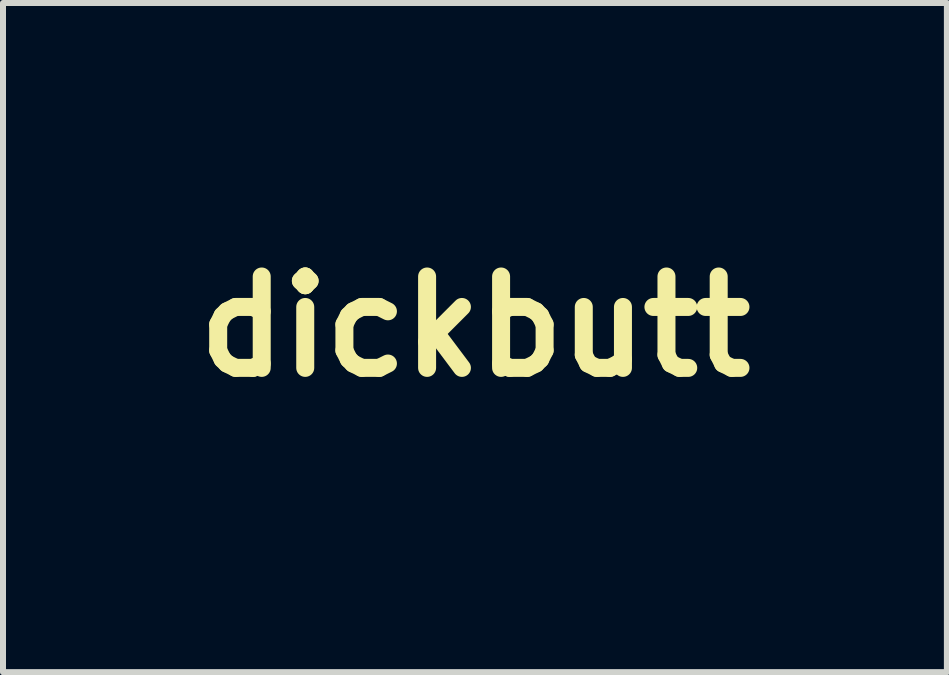
<source format=kicad_pcb>
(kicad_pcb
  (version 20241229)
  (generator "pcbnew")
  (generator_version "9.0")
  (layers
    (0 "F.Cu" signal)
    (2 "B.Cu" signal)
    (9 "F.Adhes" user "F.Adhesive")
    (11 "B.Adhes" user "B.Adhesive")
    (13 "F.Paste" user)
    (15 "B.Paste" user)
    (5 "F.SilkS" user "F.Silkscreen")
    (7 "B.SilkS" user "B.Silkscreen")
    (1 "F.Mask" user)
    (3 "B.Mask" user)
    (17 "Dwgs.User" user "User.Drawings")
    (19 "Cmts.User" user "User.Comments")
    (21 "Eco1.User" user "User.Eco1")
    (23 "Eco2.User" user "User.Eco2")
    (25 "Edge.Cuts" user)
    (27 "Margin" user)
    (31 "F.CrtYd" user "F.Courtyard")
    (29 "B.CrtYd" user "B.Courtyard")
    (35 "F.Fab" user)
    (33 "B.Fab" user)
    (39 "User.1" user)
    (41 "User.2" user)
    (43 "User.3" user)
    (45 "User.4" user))
  (footprint "dickbutt"
    (layer "F.Cu")
    (at 4.87 2.395)
    (property "Reference" "dickbutt" (at 0 0 0) (layer "F.SilkS") (effects (font (size 1.524 1.524) (thickness 0.3))))
    (attr through_hole)
    (fp_poly (pts (xy 1.399 0.956) (xy 1.41 0.959) (xy 1.417 0.965) (xy 1.42 0.974) (xy 1.421 0.987) (xy 1.421 0.998) (xy 1.419 1.006) (xy 1.415 1.012) (xy 1.408 1.02) (xy 1.399 1.028) (xy 1.391 1.032) (xy 1.382 1.034) (xy 1.379 1.034) (xy 1.366 1.034) (xy 1.357 1.031) (xy 1.354 1.029) (xy 1.34 1.018) (xy 1.331 1.006) (xy 1.329 0.994) (xy 1.332 0.983) (xy 1.341 0.969) (xy 1.353 0.961) (xy 1.37 0.956) (xy 1.383 0.956) (xy 1.399 0.956)) (stroke (width 0.01) (type solid)) (fill no) (layer "Eco2.User"))
    (fp_poly (pts (xy 1.651 -0.846) (xy 1.658 -0.841) (xy 1.665 -0.831) (xy 1.669 -0.822) (xy 1.675 -0.811) (xy 1.678 -0.804) (xy 1.678 -0.798) (xy 1.676 -0.794) (xy 1.668 -0.782) (xy 1.656 -0.774) (xy 1.639 -0.77) (xy 1.63 -0.769) (xy 1.618 -0.769) (xy 1.608 -0.77) (xy 1.602 -0.771) (xy 1.594 -0.776) (xy 1.586 -0.783) (xy 1.579 -0.791) (xy 1.575 -0.798) (xy 1.575 -0.8) (xy 1.578 -0.809) (xy 1.587 -0.819) (xy 1.602 -0.829) (xy 1.614 -0.835) (xy 1.63 -0.843) (xy 1.642 -0.846) (xy 1.651 -0.846)) (stroke (width 0.01) (type solid)) (fill no) (layer "Eco2.User"))
    (fp_poly (pts (xy 0.596 0.023) (xy 0.611 0.023) (xy 0.621 0.024) (xy 0.628 0.026) (xy 0.634 0.029) (xy 0.639 0.033) (xy 0.649 0.042) (xy 0.653 0.053) (xy 0.652 0.062) (xy 0.652 0.063) (xy 0.647 0.07) (xy 0.638 0.079) (xy 0.628 0.087) (xy 0.618 0.095) (xy 0.61 0.099) (xy 0.608 0.1) (xy 0.6 0.1) (xy 0.589 0.097) (xy 0.576 0.09) (xy 0.557 0.079) (xy 0.544 0.069) (xy 0.536 0.058) (xy 0.534 0.048) (xy 0.537 0.038) (xy 0.541 0.031) (xy 0.549 0.026) (xy 0.561 0.024) (xy 0.578 0.022) (xy 0.596 0.023)) (stroke (width 0.01) (type solid)) (fill no) (layer "Eco2.User"))
    (fp_poly (pts (xy 1.664 -0.709) (xy 1.677 -0.701) (xy 1.688 -0.691) (xy 1.694 -0.679) (xy 1.695 -0.67) (xy 1.695 -0.662) (xy 1.692 -0.656) (xy 1.685 -0.649) (xy 1.681 -0.645) (xy 1.67 -0.636) (xy 1.662 -0.632) (xy 1.657 -0.632) (xy 1.648 -0.63) (xy 1.638 -0.627) (xy 1.635 -0.625) (xy 1.625 -0.621) (xy 1.617 -0.62) (xy 1.611 -0.622) (xy 1.605 -0.626) (xy 1.594 -0.638) (xy 1.588 -0.653) (xy 1.588 -0.67) (xy 1.591 -0.681) (xy 1.595 -0.686) (xy 1.604 -0.692) (xy 1.615 -0.699) (xy 1.627 -0.705) (xy 1.639 -0.709) (xy 1.648 -0.711) (xy 1.649 -0.711) (xy 1.664 -0.709)) (stroke (width 0.01) (type solid)) (fill no) (layer "Eco2.User"))
    (fp_poly (pts (xy 1.226 0.807) (xy 1.228 0.808) (xy 1.239 0.816) (xy 1.247 0.826) (xy 1.253 0.837) (xy 1.254 0.843) (xy 1.252 0.85) (xy 1.246 0.859) (xy 1.24 0.866) (xy 1.232 0.876) (xy 1.227 0.884) (xy 1.224 0.89) (xy 1.22 0.897) (xy 1.215 0.904) (xy 1.211 0.908) (xy 1.206 0.91) (xy 1.198 0.911) (xy 1.185 0.911) (xy 1.184 0.911) (xy 1.171 0.911) (xy 1.163 0.91) (xy 1.157 0.908) (xy 1.151 0.904) (xy 1.146 0.9) (xy 1.139 0.892) (xy 1.135 0.886) (xy 1.134 0.88) (xy 1.136 0.872) (xy 1.143 0.863) (xy 1.154 0.851) (xy 1.166 0.839) (xy 1.181 0.824) (xy 1.193 0.814) (xy 1.203 0.807) (xy 1.211 0.804) (xy 1.218 0.804) (xy 1.226 0.807)) (stroke (width 0.01) (type solid)) (fill no) (layer "Eco2.User"))
    (fp_poly (pts (xy 1.123 0.657) (xy 1.129 0.666) (xy 1.133 0.681) (xy 1.13 0.695) (xy 1.121 0.711) (xy 1.117 0.716) (xy 1.11 0.725) (xy 1.106 0.732) (xy 1.103 0.74) (xy 1.102 0.751) (xy 1.101 0.755) (xy 1.1 0.768) (xy 1.099 0.776) (xy 1.095 0.782) (xy 1.09 0.788) (xy 1.086 0.791) (xy 1.076 0.8) (xy 1.066 0.804) (xy 1.056 0.803) (xy 1.045 0.797) (xy 1.032 0.785) (xy 1.03 0.784) (xy 1.021 0.774) (xy 1.013 0.765) (xy 1.009 0.759) (xy 1.008 0.757) (xy 1.008 0.745) (xy 1.014 0.735) (xy 1.025 0.728) (xy 1.025 0.728) (xy 1.037 0.722) (xy 1.046 0.714) (xy 1.053 0.703) (xy 1.056 0.697) (xy 1.062 0.685) (xy 1.072 0.674) (xy 1.083 0.663) (xy 1.094 0.655) (xy 1.101 0.652) (xy 1.113 0.651) (xy 1.123 0.657)) (stroke (width 0.01) (type solid)) (fill no) (layer "Eco2.User"))
    (fp_poly (pts (xy 1.151 0.241) (xy 1.157 0.249) (xy 1.161 0.263) (xy 1.162 0.279) (xy 1.162 0.302) (xy 1.143 0.322) (xy 1.132 0.335) (xy 1.121 0.35) (xy 1.112 0.365) (xy 1.106 0.378) (xy 1.102 0.389) (xy 1.102 0.393) (xy 1.099 0.406) (xy 1.093 0.417) (xy 1.084 0.427) (xy 1.073 0.434) (xy 1.062 0.437) (xy 1.052 0.436) (xy 1.05 0.435) (xy 1.045 0.43) (xy 1.04 0.422) (xy 1.038 0.418) (xy 1.033 0.408) (xy 1.028 0.399) (xy 1.027 0.397) (xy 1.023 0.387) (xy 1.024 0.377) (xy 1.03 0.367) (xy 1.035 0.361) (xy 1.043 0.35) (xy 1.051 0.339) (xy 1.054 0.333) (xy 1.059 0.323) (xy 1.066 0.313) (xy 1.068 0.311) (xy 1.075 0.303) (xy 1.081 0.293) (xy 1.083 0.289) (xy 1.091 0.274) (xy 1.102 0.261) (xy 1.115 0.25) (xy 1.128 0.242) (xy 1.139 0.238) (xy 1.141 0.238) (xy 1.151 0.241)) (stroke (width 0.01) (type solid)) (fill no) (layer "Eco2.User"))
    (fp_poly (pts (xy -0.737 -1.732) (xy -0.724 -1.727) (xy -0.721 -1.726) (xy -0.712 -1.721) (xy -0.703 -1.719) (xy -0.691 -1.718) (xy -0.681 -1.718) (xy -0.667 -1.717) (xy -0.657 -1.716) (xy -0.649 -1.713) (xy -0.646 -1.711) (xy -0.635 -1.707) (xy -0.624 -1.705) (xy -0.608 -1.704) (xy -0.594 -1.699) (xy -0.58 -1.69) (xy -0.57 -1.681) (xy -0.559 -1.671) (xy -0.547 -1.663) (xy -0.537 -1.657) (xy -0.537 -1.656) (xy -0.526 -1.65) (xy -0.52 -1.642) (xy -0.52 -1.64) (xy -0.516 -1.632) (xy -0.509 -1.622) (xy -0.506 -1.619) (xy -0.498 -1.609) (xy -0.491 -1.597) (xy -0.49 -1.594) (xy -0.484 -1.583) (xy -0.477 -1.574) (xy -0.475 -1.572) (xy -0.47 -1.565) (xy -0.463 -1.555) (xy -0.456 -1.543) (xy -0.454 -1.539) (xy -0.448 -1.526) (xy -0.444 -1.516) (xy -0.442 -1.506) (xy -0.441 -1.495) (xy -0.441 -1.49) (xy -0.441 -1.476) (xy -0.439 -1.465) (xy -0.435 -1.455) (xy -0.433 -1.452) (xy -0.431 -1.447) (xy -0.428 -1.441) (xy -0.427 -1.435) (xy -0.426 -1.427) (xy -0.426 -1.416) (xy -0.425 -1.4) (xy -0.425 -1.381) (xy -0.425 -1.326) (xy -0.446 -1.286) (xy -0.454 -1.271) (xy -0.461 -1.257) (xy -0.467 -1.245) (xy -0.471 -1.238) (xy -0.471 -1.237) (xy -0.475 -1.229) (xy -0.476 -1.224) (xy -0.476 -1.224) (xy -0.479 -1.219) (xy -0.485 -1.212) (xy -0.494 -1.203) (xy -0.504 -1.193) (xy -0.516 -1.183) (xy -0.526 -1.175) (xy -0.535 -1.168) (xy -0.54 -1.166) (xy -0.55 -1.16) (xy -0.559 -1.154) (xy -0.562 -1.151) (xy -0.567 -1.147) (xy -0.577 -1.141) (xy -0.591 -1.133) (xy -0.606 -1.125) (xy -0.612 -1.122) (xy -0.628 -1.114) (xy -0.643 -1.106) (xy -0.655 -1.099) (xy -0.663 -1.094) (xy -0.665 -1.092) (xy -0.676 -1.084) (xy -0.691 -1.075) (xy -0.706 -1.067) (xy -0.721 -1.062) (xy -0.731 -1.059) (xy -0.742 -1.056) (xy -0.752 -1.052) (xy -0.754 -1.051) (xy -0.763 -1.046) (xy -0.773 -1.045) (xy -0.773 -1.045) (xy -0.782 -1.043) (xy -0.792 -1.039) (xy -0.798 -1.037) (xy -0.806 -1.033) (xy -0.814 -1.03) (xy -0.825 -1.029) (xy -0.839 -1.029) (xy -0.84 -1.029) (xy -0.855 -1.029) (xy -0.866 -1.03) (xy -0.874 -1.033) (xy -0.883 -1.037) (xy -0.893 -1.041) (xy -0.903 -1.044) (xy -0.906 -1.045) (xy -0.916 -1.046) (xy -0.926 -1.05) (xy -0.926 -1.05) (xy -0.935 -1.055) (xy -0.947 -1.058) (xy -0.948 -1.059) (xy -0.956 -1.061) (xy -0.967 -1.065) (xy -0.982 -1.071) (xy -0.997 -1.078) (xy -0.997 -1.078) (xy -1.01 -1.085) (xy -1.02 -1.09) (xy -1.029 -1.096) (xy -1.037 -1.102) (xy -1.047 -1.11) (xy -1.058 -1.12) (xy -1.072 -1.134) (xy -1.079 -1.141) (xy -1.095 -1.158) (xy -1.108 -1.171) (xy -1.118 -1.181) (xy -1.125 -1.191) (xy -1.125 -1.191) (xy -0.971 -1.191) (xy -0.97 -1.189) (xy -0.967 -1.186) (xy -0.961 -1.182) (xy -0.953 -1.176) (xy -0.947 -1.171) (xy -0.935 -1.161) (xy -0.924 -1.155) (xy -0.913 -1.153) (xy -0.903 -1.153) (xy -0.891 -1.151) (xy -0.881 -1.148) (xy -0.879 -1.147) (xy -0.869 -1.143) (xy -0.859 -1.139) (xy -0.846 -1.138) (xy -0.831 -1.139) (xy -0.816 -1.142) (xy -0.805 -1.146) (xy -0.805 -1.146) (xy -0.795 -1.151) (xy -0.787 -1.153) (xy -0.786 -1.153) (xy -0.78 -1.154) (xy -0.77 -1.158) (xy -0.756 -1.164) (xy -0.74 -1.171) (xy -0.723 -1.179) (xy -0.706 -1.188) (xy -0.69 -1.196) (xy -0.676 -1.204) (xy -0.666 -1.21) (xy -0.66 -1.214) (xy -0.66 -1.214) (xy -0.655 -1.219) (xy -0.644 -1.225) (xy -0.632 -1.233) (xy -0.62 -1.239) (xy -0.604 -1.247) (xy -0.593 -1.254) (xy -0.584 -1.26) (xy -0.577 -1.267) (xy -0.576 -1.269) (xy -0.57 -1.278) (xy -0.566 -1.285) (xy -0.565 -1.288) (xy -0.563 -1.292) (xy -0.558 -1.299) (xy -0.551 -1.308) (xy -0.551 -1.308) (xy -0.543 -1.319) (xy -0.538 -1.327) (xy -0.537 -1.335) (xy -0.537 -1.336) (xy -0.535 -1.347) (xy -0.53 -1.358) (xy -0.529 -1.36) (xy -0.526 -1.366) (xy -0.524 -1.371) (xy -0.522 -1.378) (xy -0.521 -1.386) (xy -0.521 -1.399) (xy -0.521 -1.416) (xy -0.521 -1.419) (xy -0.521 -1.437) (xy -0.521 -1.451) (xy -0.522 -1.46) (xy -0.523 -1.466) (xy -0.525 -1.472) (xy -0.528 -1.477) (xy -0.529 -1.478) (xy -0.534 -1.488) (xy -0.536 -1.497) (xy -0.537 -1.5) (xy -0.538 -1.508) (xy -0.543 -1.52) (xy -0.549 -1.534) (xy -0.556 -1.547) (xy -0.563 -1.558) (xy -0.567 -1.563) (xy -0.575 -1.569) (xy -0.586 -1.576) (xy -0.59 -1.578) (xy -0.601 -1.584) (xy -0.611 -1.591) (xy -0.614 -1.594) (xy -0.622 -1.6) (xy -0.633 -1.606) (xy -0.646 -1.613) (xy -0.649 -1.615) (xy -0.662 -1.621) (xy -0.672 -1.624) (xy -0.68 -1.625) (xy -0.685 -1.625) (xy -0.696 -1.621) (xy -0.701 -1.614) (xy -0.701 -1.604) (xy -0.696 -1.594) (xy -0.691 -1.586) (xy -0.687 -1.578) (xy -0.684 -1.57) (xy -0.679 -1.561) (xy -0.678 -1.561) (xy -0.675 -1.554) (xy -0.672 -1.546) (xy -0.671 -1.534) (xy -0.67 -1.523) (xy -0.67 -1.509) (xy -0.671 -1.498) (xy -0.672 -1.49) (xy -0.676 -1.482) (xy -0.677 -1.479) (xy -0.684 -1.458) (xy -0.687 -1.443) (xy -0.689 -1.427) (xy -0.694 -1.415) (xy -0.695 -1.414) (xy -0.699 -1.404) (xy -0.702 -1.394) (xy -0.702 -1.393) (xy -0.703 -1.384) (xy -0.708 -1.373) (xy -0.71 -1.37) (xy -0.714 -1.36) (xy -0.717 -1.35) (xy -0.717 -1.347) (xy -0.719 -1.338) (xy -0.724 -1.326) (xy -0.73 -1.313) (xy -0.737 -1.3) (xy -0.744 -1.29) (xy -0.748 -1.286) (xy -0.754 -1.278) (xy -0.761 -1.268) (xy -0.764 -1.262) (xy -0.775 -1.243) (xy -0.793 -1.226) (xy -0.815 -1.211) (xy -0.821 -1.208) (xy -0.843 -1.197) (xy -0.903 -1.197) (xy -0.928 -1.197) (xy -0.947 -1.196) (xy -0.96 -1.195) (xy -0.968 -1.194) (xy -0.971 -1.191) (xy -1.125 -1.191) (xy -1.13 -1.199) (xy -1.135 -1.208) (xy -1.135 -1.209) (xy -1.141 -1.22) (xy -1.144 -1.229) (xy -1.146 -1.237) (xy -1.146 -1.247) (xy -1.145 -1.258) (xy -1.144 -1.272) (xy -1.143 -1.286) (xy -1.143 -1.297) (xy -1.143 -1.298) (xy -1.142 -1.308) (xy -1.139 -1.317) (xy -1.138 -1.319) (xy -1.135 -1.326) (xy -1.133 -1.338) (xy -1.132 -1.347) (xy -1.13 -1.364) (xy -1.126 -1.375) (xy -1.125 -1.377) (xy -1.121 -1.386) (xy -1.117 -1.397) (xy -1.117 -1.401) (xy -1.114 -1.412) (xy -1.11 -1.422) (xy -1.108 -1.424) (xy -1.103 -1.435) (xy -1.102 -1.444) (xy -1.1 -1.455) (xy -1.095 -1.467) (xy -1.094 -1.468) (xy -1.089 -1.48) (xy -1.086 -1.491) (xy -1.086 -1.493) (xy -1.085 -1.501) (xy -1.08 -1.51) (xy -1.073 -1.52) (xy -1.065 -1.53) (xy -1.058 -1.54) (xy -1.055 -1.546) (xy -1.05 -1.554) (xy -1.042 -1.565) (xy -1.031 -1.577) (xy -1.018 -1.59) (xy -1.005 -1.603) (xy -0.993 -1.613) (xy -0.983 -1.622) (xy -0.976 -1.626) (xy -0.966 -1.631) (xy -0.955 -1.639) (xy -0.948 -1.644) (xy -0.94 -1.651) (xy -0.932 -1.656) (xy -0.929 -1.657) (xy -0.924 -1.659) (xy -0.917 -1.664) (xy -0.908 -1.671) (xy -0.898 -1.678) (xy -0.884 -1.686) (xy -0.868 -1.695) (xy -0.856 -1.701) (xy -0.84 -1.709) (xy -0.827 -1.714) (xy -0.818 -1.717) (xy -0.809 -1.718) (xy -0.807 -1.718) (xy -0.788 -1.721) (xy -0.777 -1.726) (xy -0.764 -1.731) (xy -0.751 -1.733) (xy -0.749 -1.734) (xy -0.737 -1.732)) (stroke (width 0.01) (type solid)) (fill no) (layer "Eco2.User"))
    (fp_poly (pts (xy -0.271 -0.434) (xy -0.261 -0.433) (xy -0.252 -0.428) (xy -0.242 -0.421) (xy -0.231 -0.41) (xy -0.225 -0.404) (xy -0.213 -0.391) (xy -0.205 -0.382) (xy -0.2 -0.374) (xy -0.197 -0.367) (xy -0.197 -0.359) (xy -0.197 -0.359) (xy -0.195 -0.349) (xy -0.19 -0.34) (xy -0.19 -0.339) (xy -0.185 -0.328) (xy -0.182 -0.313) (xy -0.182 -0.309) (xy -0.18 -0.294) (xy -0.176 -0.282) (xy -0.174 -0.277) (xy -0.17 -0.268) (xy -0.168 -0.258) (xy -0.168 -0.258) (xy -0.167 -0.25) (xy -0.163 -0.239) (xy -0.16 -0.234) (xy -0.154 -0.217) (xy -0.152 -0.202) (xy -0.152 -0.193) (xy -0.15 -0.184) (xy -0.146 -0.174) (xy -0.14 -0.161) (xy -0.137 -0.154) (xy -0.13 -0.14) (xy -0.124 -0.127) (xy -0.121 -0.118) (xy -0.121 -0.114) (xy -0.119 -0.105) (xy -0.114 -0.095) (xy -0.114 -0.094) (xy -0.109 -0.084) (xy -0.106 -0.07) (xy -0.105 -0.062) (xy -0.102 -0.045) (xy -0.098 -0.033) (xy -0.097 -0.03) (xy -0.093 -0.024) (xy -0.091 -0.015) (xy -0.09 -0.002) (xy -0.09 0.007) (xy -0.089 0.022) (xy -0.088 0.033) (xy -0.085 0.04) (xy -0.083 0.044) (xy -0.079 0.052) (xy -0.076 0.063) (xy -0.075 0.068) (xy -0.073 0.078) (xy -0.07 0.086) (xy -0.069 0.088) (xy -0.064 0.096) (xy -0.062 0.102) (xy -0.058 0.11) (xy -0.053 0.119) (xy -0.053 0.119) (xy -0.048 0.13) (xy -0.045 0.147) (xy -0.044 0.15) (xy -0.042 0.166) (xy -0.038 0.18) (xy -0.035 0.186) (xy -0.03 0.203) (xy -0.029 0.215) (xy -0.027 0.229) (xy -0.024 0.239) (xy -0.021 0.242) (xy -0.018 0.247) (xy -0.016 0.252) (xy -0.015 0.259) (xy -0.014 0.27) (xy -0.014 0.284) (xy -0.013 0.295) (xy -0.013 0.314) (xy -0.012 0.327) (xy -0.011 0.336) (xy -0.009 0.344) (xy -0.006 0.35) (xy -0.006 0.35) (xy -0.002 0.36) (xy -0.000359 0.37) (xy -0.001 0.38) (xy -0.002 0.391) (xy -0.003 0.4) (xy -0.004 0.404) (xy -0.004 0.41) (xy 0.002 0.419) (xy 0.005 0.422) (xy 0.013 0.434) (xy 0.016 0.445) (xy 0.016 0.446) (xy 0.018 0.455) (xy 0.022 0.468) (xy 0.029 0.482) (xy 0.037 0.496) (xy 0.045 0.507) (xy 0.048 0.51) (xy 0.057 0.518) (xy 0.069 0.526) (xy 0.083 0.533) (xy 0.096 0.539) (xy 0.106 0.542) (xy 0.111 0.543) (xy 0.119 0.544) (xy 0.129 0.548) (xy 0.131 0.55) (xy 0.14 0.554) (xy 0.145 0.554) (xy 0.152 0.553) (xy 0.156 0.551) (xy 0.164 0.547) (xy 0.17 0.547) (xy 0.176 0.549) (xy 0.182 0.552) (xy 0.199 0.557) (xy 0.212 0.559) (xy 0.229 0.561) (xy 0.24 0.566) (xy 0.25 0.57) (xy 0.264 0.573) (xy 0.271 0.574) (xy 0.284 0.576) (xy 0.295 0.579) (xy 0.301 0.581) (xy 0.31 0.585) (xy 0.319 0.587) (xy 0.32 0.587) (xy 0.33 0.589) (xy 0.343 0.595) (xy 0.358 0.602) (xy 0.373 0.611) (xy 0.387 0.621) (xy 0.397 0.63) (xy 0.406 0.639) (xy 0.415 0.646) (xy 0.422 0.649) (xy 0.423 0.649) (xy 0.433 0.654) (xy 0.439 0.661) (xy 0.443 0.674) (xy 0.444 0.691) (xy 0.445 0.692) (xy 0.445 0.707) (xy 0.447 0.717) (xy 0.45 0.727) (xy 0.453 0.733) (xy 0.458 0.743) (xy 0.459 0.749) (xy 0.459 0.755) (xy 0.457 0.759) (xy 0.45 0.768) (xy 0.442 0.773) (xy 0.432 0.777) (xy 0.423 0.782) (xy 0.422 0.782) (xy 0.413 0.787) (xy 0.405 0.791) (xy 0.396 0.796) (xy 0.389 0.799) (xy 0.384 0.802) (xy 0.374 0.807) (xy 0.362 0.813) (xy 0.35 0.819) (xy 0.317 0.835) (xy 0.278 0.835) (xy 0.262 0.835) (xy 0.25 0.836) (xy 0.241 0.837) (xy 0.234 0.839) (xy 0.227 0.842) (xy 0.225 0.843) (xy 0.214 0.848) (xy 0.204 0.85) (xy 0.191 0.851) (xy 0.187 0.851) (xy 0.175 0.851) (xy 0.165 0.852) (xy 0.16 0.853) (xy 0.16 0.853) (xy 0.157 0.858) (xy 0.156 0.868) (xy 0.155 0.88) (xy 0.155 0.893) (xy 0.156 0.903) (xy 0.159 0.911) (xy 0.161 0.914) (xy 0.167 0.927) (xy 0.168 0.943) (xy 0.168 0.943) (xy 0.17 0.96) (xy 0.175 0.971) (xy 0.18 0.981) (xy 0.18 0.989) (xy 0.176 0.998) (xy 0.168 1.008) (xy 0.161 1.016) (xy 0.157 1.023) (xy 0.156 1.032) (xy 0.156 1.037) (xy 0.154 1.054) (xy 0.151 1.067) (xy 0.145 1.075) (xy 0.143 1.076) (xy 0.137 1.078) (xy 0.127 1.079) (xy 0.114 1.079) (xy 0.1 1.079) (xy 0.084 1.079) (xy 0.073 1.079) (xy 0.064 1.078) (xy 0.057 1.075) (xy 0.049 1.072) (xy 0.044 1.069) (xy 0.032 1.062) (xy 0.018 1.052) (xy 0.005 1.041) (xy 0.003 1.039) (xy -0.01 1.028) (xy -0.02 1.021) (xy -0.026 1.019) (xy -0.029 1.023) (xy -0.029 1.024) (xy -0.03 1.03) (xy -0.035 1.04) (xy -0.041 1.052) (xy -0.048 1.064) (xy -0.054 1.075) (xy -0.06 1.083) (xy -0.063 1.085) (xy -0.07 1.09) (xy -0.081 1.095) (xy -0.092 1.101) (xy -0.105 1.107) (xy -0.117 1.11) (xy -0.129 1.111) (xy -0.137 1.111) (xy -0.152 1.112) (xy -0.163 1.114) (xy -0.168 1.116) (xy -0.179 1.12) (xy -0.19 1.119) (xy -0.203 1.114) (xy -0.208 1.112) (xy -0.22 1.103) (xy -0.228 1.094) (xy -0.23 1.091) (xy -0.235 1.081) (xy -0.243 1.07) (xy -0.248 1.064) (xy -0.256 1.055) (xy -0.26 1.047) (xy -0.26 1.04) (xy -0.262 1.029) (xy -0.267 1.017) (xy -0.269 1.014) (xy -0.277 1) (xy -0.275 0.936) (xy -0.274 0.915) (xy -0.274 0.91) (xy -0.197 0.91) (xy -0.196 0.924) (xy -0.194 0.935) (xy -0.191 0.945) (xy -0.189 0.947) (xy -0.185 0.957) (xy -0.183 0.964) (xy -0.184 0.973) (xy -0.185 0.976) (xy -0.189 0.991) (xy -0.175 1.004) (xy -0.167 1.011) (xy -0.16 1.015) (xy -0.152 1.016) (xy -0.144 1.016) (xy -0.133 1.016) (xy -0.126 1.014) (xy -0.12 1.009) (xy -0.117 1.007) (xy -0.108 0.997) (xy -0.108 0.942) (xy -0.108 0.922) (xy -0.108 0.907) (xy -0.109 0.896) (xy -0.11 0.889) (xy -0.111 0.884) (xy -0.113 0.88) (xy -0.114 0.878) (xy -0.119 0.87) (xy -0.123 0.859) (xy -0.123 0.855) (xy -0.127 0.842) (xy -0.131 0.83) (xy -0.133 0.827) (xy -0.137 0.816) (xy -0.14 0.805) (xy -0.14 0.802) (xy -0.141 0.794) (xy -0.143 0.791) (xy -0.143 0.791) (xy -0.148 0.795) (xy -0.153 0.804) (xy -0.159 0.815) (xy -0.164 0.826) (xy -0.167 0.837) (xy -0.167 0.839) (xy -0.17 0.851) (xy -0.175 0.861) (xy -0.183 0.87) (xy -0.19 0.879) (xy -0.194 0.885) (xy -0.196 0.892) (xy -0.197 0.901) (xy -0.197 0.91) (xy -0.274 0.91) (xy -0.274 0.896) (xy -0.273 0.879) (xy -0.273 0.866) (xy -0.273 0.858) (xy -0.273 0.858) (xy -0.271 0.846) (xy -0.267 0.835) (xy -0.267 0.834) (xy -0.262 0.82) (xy -0.26 0.807) (xy -0.258 0.789) (xy -0.252 0.775) (xy -0.248 0.765) (xy -0.245 0.754) (xy -0.244 0.75) (xy -0.243 0.741) (xy -0.236 0.731) (xy -0.233 0.727) (xy -0.226 0.718) (xy -0.218 0.706) (xy -0.211 0.693) (xy -0.205 0.681) (xy -0.201 0.671) (xy -0.2 0.666) (xy -0.201 0.66) (xy -0.205 0.652) (xy -0.208 0.646) (xy -0.213 0.635) (xy -0.215 0.626) (xy -0.216 0.622) (xy -0.217 0.614) (xy -0.221 0.604) (xy -0.224 0.598) (xy -0.228 0.588) (xy -0.231 0.578) (xy -0.232 0.574) (xy -0.233 0.565) (xy -0.238 0.556) (xy -0.238 0.555) (xy -0.242 0.545) (xy -0.244 0.536) (xy -0.244 0.535) (xy -0.246 0.527) (xy -0.25 0.516) (xy -0.252 0.511) (xy -0.257 0.5) (xy -0.26 0.491) (xy -0.26 0.487) (xy -0.262 0.48) (xy -0.266 0.47) (xy -0.268 0.464) (xy -0.273 0.454) (xy -0.276 0.444) (xy -0.276 0.441) (xy -0.278 0.433) (xy -0.281 0.423) (xy -0.284 0.417) (xy -0.289 0.407) (xy -0.292 0.397) (xy -0.292 0.393) (xy -0.294 0.385) (xy -0.297 0.375) (xy -0.3 0.37) (xy -0.304 0.36) (xy -0.307 0.351) (xy -0.308 0.339) (xy -0.308 0.329) (xy -0.308 0.315) (xy -0.31 0.305) (xy -0.312 0.299) (xy -0.314 0.295) (xy -0.318 0.288) (xy -0.32 0.277) (xy -0.321 0.268) (xy -0.322 0.254) (xy -0.325 0.243) (xy -0.329 0.237) (xy -0.333 0.226) (xy -0.336 0.216) (xy -0.337 0.213) (xy -0.338 0.203) (xy -0.343 0.192) (xy -0.345 0.189) (xy -0.35 0.178) (xy -0.352 0.166) (xy -0.352 0.158) (xy -0.353 0.144) (xy -0.356 0.134) (xy -0.359 0.129) (xy -0.365 0.118) (xy -0.368 0.102) (xy -0.368 0.097) (xy -0.371 0.081) (xy -0.375 0.068) (xy -0.377 0.062) (xy -0.382 0.052) (xy -0.384 0.042) (xy -0.384 0.04) (xy -0.386 0.031) (xy -0.39 0.022) (xy -0.391 0.02) (xy -0.396 0.007) (xy -0.399 -0.011) (xy -0.401 -0.028) (xy -0.405 -0.039) (xy -0.406 -0.041) (xy -0.41 -0.047) (xy -0.412 -0.055) (xy -0.413 -0.065) (xy -0.413 -0.077) (xy -0.413 -0.091) (xy -0.414 -0.101) (xy -0.417 -0.108) (xy -0.421 -0.116) (xy -0.426 -0.126) (xy -0.428 -0.137) (xy -0.429 -0.14) (xy -0.43 -0.149) (xy -0.435 -0.16) (xy -0.437 -0.164) (xy -0.441 -0.173) (xy -0.444 -0.183) (xy -0.444 -0.185) (xy -0.446 -0.192) (xy -0.45 -0.204) (xy -0.456 -0.217) (xy -0.464 -0.232) (xy -0.471 -0.247) (xy -0.479 -0.261) (xy -0.486 -0.271) (xy -0.489 -0.275) (xy -0.497 -0.286) (xy -0.504 -0.297) (xy -0.505 -0.3) (xy -0.511 -0.31) (xy -0.519 -0.32) (xy -0.52 -0.322) (xy -0.53 -0.334) (xy -0.535 -0.346) (xy -0.534 -0.358) (xy -0.534 -0.359) (xy -0.528 -0.369) (xy -0.518 -0.378) (xy -0.507 -0.386) (xy -0.497 -0.389) (xy -0.486 -0.39) (xy -0.476 -0.388) (xy -0.466 -0.383) (xy -0.455 -0.374) (xy -0.444 -0.362) (xy -0.434 -0.351) (xy -0.427 -0.34) (xy -0.427 -0.338) (xy -0.421 -0.328) (xy -0.414 -0.317) (xy -0.409 -0.312) (xy -0.397 -0.299) (xy -0.397 -0.232) (xy -0.373 -0.185) (xy -0.349 -0.138) (xy -0.349 -0.106) (xy -0.349 -0.091) (xy -0.348 -0.08) (xy -0.346 -0.072) (xy -0.343 -0.064) (xy -0.34 -0.057) (xy -0.334 -0.046) (xy -0.329 -0.036) (xy -0.326 -0.031) (xy -0.322 -0.022) (xy -0.321 -0.007) (xy -0.321 -0.005) (xy -0.32 0.009) (xy -0.317 0.02) (xy -0.313 0.027) (xy -0.307 0.039) (xy -0.305 0.052) (xy -0.305 0.058) (xy -0.304 0.067) (xy -0.303 0.075) (xy -0.299 0.085) (xy -0.293 0.098) (xy -0.289 0.106) (xy -0.281 0.121) (xy -0.277 0.132) (xy -0.274 0.141) (xy -0.273 0.15) (xy -0.273 0.153) (xy -0.271 0.17) (xy -0.267 0.179) (xy -0.262 0.189) (xy -0.259 0.2) (xy -0.258 0.203) (xy -0.256 0.215) (xy -0.252 0.225) (xy -0.25 0.227) (xy -0.246 0.241) (xy -0.244 0.254) (xy -0.242 0.272) (xy -0.237 0.286) (xy -0.232 0.297) (xy -0.229 0.308) (xy -0.229 0.312) (xy -0.227 0.321) (xy -0.222 0.332) (xy -0.221 0.335) (xy -0.216 0.345) (xy -0.213 0.355) (xy -0.213 0.358) (xy -0.211 0.369) (xy -0.207 0.377) (xy -0.202 0.386) (xy -0.198 0.394) (xy -0.195 0.402) (xy -0.19 0.411) (xy -0.19 0.411) (xy -0.184 0.422) (xy -0.181 0.44) (xy -0.181 0.443) (xy -0.18 0.453) (xy -0.178 0.462) (xy -0.174 0.472) (xy -0.169 0.483) (xy -0.161 0.499) (xy -0.158 0.506) (xy -0.149 0.523) (xy -0.142 0.538) (xy -0.138 0.55) (xy -0.136 0.557) (xy -0.135 0.566) (xy -0.13 0.576) (xy -0.129 0.579) (xy -0.124 0.589) (xy -0.121 0.599) (xy -0.121 0.602) (xy -0.119 0.61) (xy -0.115 0.622) (xy -0.109 0.634) (xy -0.108 0.636) (xy -0.1 0.651) (xy -0.096 0.662) (xy -0.096 0.67) (xy -0.099 0.678) (xy -0.106 0.686) (xy -0.106 0.686) (xy -0.114 0.695) (xy -0.117 0.703) (xy -0.115 0.713) (xy -0.113 0.718) (xy -0.11 0.725) (xy -0.11 0.731) (xy -0.114 0.739) (xy -0.122 0.749) (xy -0.126 0.753) (xy -0.133 0.763) (xy -0.135 0.768) (xy -0.132 0.772) (xy -0.122 0.772) (xy -0.117 0.772) (xy -0.106 0.772) (xy -0.097 0.774) (xy -0.087 0.777) (xy -0.076 0.782) (xy -0.062 0.79) (xy -0.047 0.801) (xy -0.034 0.812) (xy -0.023 0.824) (xy -0.016 0.834) (xy -0.014 0.838) (xy -0.011 0.845) (xy -0.004 0.854) (xy -0.002 0.857) (xy 0.004 0.865) (xy 0.012 0.877) (xy 0.019 0.89) (xy 0.024 0.899) (xy 0.033 0.916) (xy 0.041 0.93) (xy 0.049 0.938) (xy 0.055 0.942) (xy 0.058 0.941) (xy 0.059 0.937) (xy 0.06 0.929) (xy 0.06 0.917) (xy 0.06 0.908) (xy 0.06 0.892) (xy 0.059 0.881) (xy 0.058 0.873) (xy 0.055 0.866) (xy 0.052 0.861) (xy 0.047 0.847) (xy 0.045 0.831) (xy 0.044 0.828) (xy 0.044 0.817) (xy 0.042 0.809) (xy 0.038 0.802) (xy 0.032 0.796) (xy 0.021 0.783) (xy 0.015 0.77) (xy 0.013 0.757) (xy 0.013 0.751) (xy 0.014 0.736) (xy 0.017 0.726) (xy 0.024 0.717) (xy 0.036 0.71) (xy 0.041 0.708) (xy 0.062 0.698) (xy 0.075 0.705) (xy 0.085 0.709) (xy 0.093 0.711) (xy 0.096 0.711) (xy 0.102 0.713) (xy 0.112 0.716) (xy 0.124 0.722) (xy 0.131 0.725) (xy 0.145 0.732) (xy 0.158 0.737) (xy 0.169 0.741) (xy 0.172 0.741) (xy 0.182 0.744) (xy 0.191 0.747) (xy 0.193 0.748) (xy 0.204 0.752) (xy 0.216 0.75) (xy 0.221 0.747) (xy 0.228 0.745) (xy 0.239 0.743) (xy 0.256 0.741) (xy 0.263 0.741) (xy 0.279 0.74) (xy 0.291 0.739) (xy 0.301 0.736) (xy 0.311 0.733) (xy 0.318 0.73) (xy 0.329 0.724) (xy 0.337 0.719) (xy 0.341 0.716) (xy 0.341 0.715) (xy 0.34 0.71) (xy 0.334 0.702) (xy 0.325 0.694) (xy 0.314 0.686) (xy 0.301 0.678) (xy 0.289 0.672) (xy 0.277 0.668) (xy 0.27 0.667) (xy 0.262 0.665) (xy 0.252 0.661) (xy 0.249 0.66) (xy 0.242 0.657) (xy 0.233 0.654) (xy 0.222 0.653) (xy 0.205 0.651) (xy 0.2 0.651) (xy 0.182 0.65) (xy 0.169 0.648) (xy 0.161 0.646) (xy 0.156 0.644) (xy 0.151 0.641) (xy 0.145 0.64) (xy 0.136 0.639) (xy 0.123 0.638) (xy 0.108 0.638) (xy 0.091 0.638) (xy 0.078 0.638) (xy 0.069 0.636) (xy 0.062 0.635) (xy 0.056 0.632) (xy 0.055 0.631) (xy 0.044 0.627) (xy 0.028 0.623) (xy 0.02 0.622) (xy 0.009 0.621) (xy -0.001 0.618) (xy -0.009 0.614) (xy -0.016 0.607) (xy -0.024 0.597) (xy -0.032 0.583) (xy -0.042 0.565) (xy -0.051 0.547) (xy -0.061 0.528) (xy -0.068 0.513) (xy -0.072 0.502) (xy -0.075 0.493) (xy -0.077 0.485) (xy -0.078 0.478) (xy -0.078 0.477) (xy -0.08 0.459) (xy -0.085 0.448) (xy -0.088 0.442) (xy -0.09 0.435) (xy -0.092 0.426) (xy -0.092 0.413) (xy -0.092 0.403) (xy -0.092 0.388) (xy -0.093 0.377) (xy -0.094 0.369) (xy -0.097 0.363) (xy -0.1 0.357) (xy -0.104 0.349) (xy -0.107 0.341) (xy -0.108 0.33) (xy -0.108 0.32) (xy -0.108 0.305) (xy -0.11 0.295) (xy -0.113 0.285) (xy -0.116 0.28) (xy -0.12 0.27) (xy -0.123 0.26) (xy -0.124 0.257) (xy -0.125 0.249) (xy -0.129 0.239) (xy -0.132 0.233) (xy -0.138 0.216) (xy -0.14 0.201) (xy -0.142 0.185) (xy -0.146 0.174) (xy -0.15 0.164) (xy -0.154 0.152) (xy -0.154 0.149) (xy -0.157 0.138) (xy -0.161 0.128) (xy -0.162 0.126) (xy -0.167 0.112) (xy -0.168 0.098) (xy -0.17 0.084) (xy -0.174 0.072) (xy -0.176 0.068) (xy -0.181 0.058) (xy -0.184 0.048) (xy -0.184 0.045) (xy -0.186 0.037) (xy -0.19 0.026) (xy -0.192 0.02) (xy -0.197 0.01) (xy -0.2 0.000357) (xy -0.2 -0.003) (xy -0.202 -0.011) (xy -0.205 -0.022) (xy -0.208 -0.027) (xy -0.214 -0.043) (xy -0.216 -0.06) (xy -0.217 -0.073) (xy -0.221 -0.084) (xy -0.223 -0.086) (xy -0.228 -0.097) (xy -0.231 -0.113) (xy -0.231 -0.117) (xy -0.233 -0.131) (xy -0.236 -0.144) (xy -0.239 -0.148) (xy -0.243 -0.161) (xy -0.245 -0.175) (xy -0.245 -0.184) (xy -0.247 -0.193) (xy -0.251 -0.203) (xy -0.257 -0.217) (xy -0.26 -0.223) (xy -0.267 -0.237) (xy -0.272 -0.25) (xy -0.275 -0.259) (xy -0.276 -0.264) (xy -0.278 -0.274) (xy -0.282 -0.282) (xy -0.287 -0.291) (xy -0.291 -0.298) (xy -0.294 -0.307) (xy -0.299 -0.315) (xy -0.303 -0.323) (xy -0.306 -0.334) (xy -0.307 -0.337) (xy -0.31 -0.349) (xy -0.314 -0.36) (xy -0.315 -0.362) (xy -0.319 -0.37) (xy -0.321 -0.381) (xy -0.322 -0.396) (xy -0.322 -0.396) (xy -0.322 -0.408) (xy -0.321 -0.416) (xy -0.319 -0.421) (xy -0.315 -0.426) (xy -0.313 -0.427) (xy -0.307 -0.432) (xy -0.3 -0.434) (xy -0.29 -0.435) (xy -0.284 -0.435) (xy -0.271 -0.434)) (stroke (width 0.01) (type solid)) (fill no) (layer "Eco2.User"))
    (fp_poly (pts (xy -0.858 -2.39) (xy -0.84 -2.389) (xy -0.823 -2.388) (xy -0.809 -2.387) (xy -0.8 -2.385) (xy -0.797 -2.384) (xy -0.789 -2.381) (xy -0.778 -2.378) (xy -0.77 -2.377) (xy -0.764 -2.376) (xy -0.756 -2.375) (xy -0.748 -2.372) (xy -0.737 -2.367) (xy -0.724 -2.361) (xy -0.707 -2.353) (xy -0.685 -2.342) (xy -0.669 -2.334) (xy -0.644 -2.322) (xy -0.624 -2.311) (xy -0.608 -2.303) (xy -0.596 -2.295) (xy -0.586 -2.289) (xy -0.578 -2.284) (xy -0.571 -2.278) (xy -0.569 -2.275) (xy -0.558 -2.266) (xy -0.547 -2.258) (xy -0.539 -2.253) (xy -0.538 -2.253) (xy -0.531 -2.248) (xy -0.52 -2.24) (xy -0.507 -2.229) (xy -0.493 -2.215) (xy -0.478 -2.201) (xy -0.463 -2.186) (xy -0.45 -2.171) (xy -0.439 -2.159) (xy -0.431 -2.149) (xy -0.428 -2.143) (xy -0.423 -2.135) (xy -0.415 -2.124) (xy -0.404 -2.111) (xy -0.395 -2.102) (xy -0.384 -2.09) (xy -0.376 -2.08) (xy -0.369 -2.071) (xy -0.367 -2.066) (xy -0.364 -2.06) (xy -0.357 -2.051) (xy -0.349 -2.041) (xy -0.343 -2.034) (xy -0.333 -2.023) (xy -0.326 -2.014) (xy -0.322 -2.007) (xy -0.321 -2.005) (xy -0.319 -2) (xy -0.313 -1.993) (xy -0.309 -1.987) (xy -0.301 -1.976) (xy -0.292 -1.964) (xy -0.285 -1.949) (xy -0.278 -1.936) (xy -0.274 -1.925) (xy -0.273 -1.918) (xy -0.272 -1.912) (xy -0.268 -1.902) (xy -0.263 -1.89) (xy -0.257 -1.878) (xy -0.252 -1.868) (xy -0.248 -1.862) (xy -0.246 -1.857) (xy -0.244 -1.849) (xy -0.243 -1.844) (xy -0.241 -1.832) (xy -0.237 -1.822) (xy -0.235 -1.819) (xy -0.23 -1.81) (xy -0.229 -1.796) (xy -0.229 -1.793) (xy -0.228 -1.784) (xy -0.226 -1.775) (xy -0.223 -1.765) (xy -0.217 -1.753) (xy -0.213 -1.744) (xy -0.197 -1.713) (xy -0.197 -1.682) (xy -0.197 -1.668) (xy -0.196 -1.658) (xy -0.194 -1.649) (xy -0.191 -1.641) (xy -0.186 -1.629) (xy -0.182 -1.622) (xy -0.175 -1.608) (xy -0.17 -1.598) (xy -0.168 -1.589) (xy -0.167 -1.58) (xy -0.166 -1.568) (xy -0.166 -1.567) (xy -0.166 -1.552) (xy -0.164 -1.542) (xy -0.161 -1.534) (xy -0.16 -1.532) (xy -0.156 -1.522) (xy -0.153 -1.506) (xy -0.152 -1.5) (xy -0.15 -1.484) (xy -0.147 -1.474) (xy -0.144 -1.47) (xy -0.14 -1.462) (xy -0.137 -1.447) (xy -0.136 -1.441) (xy -0.134 -1.424) (xy -0.13 -1.41) (xy -0.127 -1.405) (xy -0.124 -1.396) (xy -0.121 -1.386) (xy -0.121 -1.372) (xy -0.121 -1.367) (xy -0.12 -1.354) (xy -0.119 -1.344) (xy -0.117 -1.337) (xy -0.114 -1.332) (xy -0.11 -1.326) (xy -0.107 -1.318) (xy -0.106 -1.307) (xy -0.105 -1.292) (xy -0.103 -1.275) (xy -0.101 -1.262) (xy -0.097 -1.252) (xy -0.096 -1.249) (xy -0.09 -1.232) (xy -0.089 -1.22) (xy -0.087 -1.203) (xy -0.083 -1.193) (xy -0.079 -1.186) (xy -0.077 -1.176) (xy -0.076 -1.163) (xy -0.076 -1.157) (xy -0.076 -1.143) (xy -0.075 -1.133) (xy -0.072 -1.126) (xy -0.068 -1.119) (xy -0.063 -1.109) (xy -0.061 -1.098) (xy -0.06 -1.095) (xy -0.058 -1.086) (xy -0.054 -1.075) (xy -0.052 -1.072) (xy -0.047 -1.061) (xy -0.045 -1.051) (xy -0.044 -1.048) (xy -0.043 -1.038) (xy -0.038 -1.027) (xy -0.036 -1.024) (xy -0.03 -1.011) (xy -0.029 -0.996) (xy -0.029 -0.995) (xy -0.026 -0.976) (xy -0.021 -0.963) (xy -0.016 -0.954) (xy -0.014 -0.945) (xy -0.013 -0.934) (xy -0.013 -0.922) (xy -0.013 -0.896) (xy 0.002 -0.879) (xy 0.01 -0.869) (xy 0.014 -0.861) (xy 0.016 -0.854) (xy 0.016 -0.852) (xy 0.018 -0.84) (xy 0.023 -0.828) (xy 0.024 -0.827) (xy 0.029 -0.816) (xy 0.031 -0.804) (xy 0.032 -0.796) (xy 0.033 -0.782) (xy 0.036 -0.773) (xy 0.039 -0.768) (xy 0.044 -0.757) (xy 0.047 -0.741) (xy 0.048 -0.735) (xy 0.049 -0.727) (xy 0.05 -0.719) (xy 0.053 -0.711) (xy 0.057 -0.7) (xy 0.063 -0.688) (xy 0.071 -0.671) (xy 0.079 -0.656) (xy 0.088 -0.638) (xy 0.096 -0.621) (xy 0.102 -0.608) (xy 0.106 -0.597) (xy 0.108 -0.591) (xy 0.108 -0.591) (xy 0.109 -0.585) (xy 0.113 -0.575) (xy 0.119 -0.561) (xy 0.127 -0.545) (xy 0.135 -0.528) (xy 0.143 -0.512) (xy 0.152 -0.496) (xy 0.159 -0.483) (xy 0.165 -0.473) (xy 0.169 -0.468) (xy 0.173 -0.462) (xy 0.18 -0.451) (xy 0.188 -0.437) (xy 0.196 -0.421) (xy 0.206 -0.403) (xy 0.215 -0.384) (xy 0.224 -0.366) (xy 0.232 -0.349) (xy 0.238 -0.335) (xy 0.243 -0.324) (xy 0.244 -0.317) (xy 0.244 -0.317) (xy 0.247 -0.303) (xy 0.256 -0.289) (xy 0.261 -0.283) (xy 0.266 -0.278) (xy 0.272 -0.268) (xy 0.279 -0.254) (xy 0.287 -0.239) (xy 0.291 -0.232) (xy 0.299 -0.216) (xy 0.307 -0.201) (xy 0.315 -0.188) (xy 0.321 -0.179) (xy 0.322 -0.177) (xy 0.33 -0.168) (xy 0.335 -0.157) (xy 0.336 -0.154) (xy 0.34 -0.146) (xy 0.345 -0.14) (xy 0.346 -0.14) (xy 0.353 -0.139) (xy 0.361 -0.144) (xy 0.369 -0.152) (xy 0.377 -0.164) (xy 0.382 -0.173) (xy 0.392 -0.189) (xy 0.407 -0.204) (xy 0.424 -0.217) (xy 0.435 -0.223) (xy 0.444 -0.229) (xy 0.451 -0.236) (xy 0.457 -0.247) (xy 0.458 -0.248) (xy 0.467 -0.263) (xy 0.481 -0.278) (xy 0.496 -0.291) (xy 0.508 -0.297) (xy 0.518 -0.303) (xy 0.528 -0.31) (xy 0.529 -0.311) (xy 0.536 -0.316) (xy 0.547 -0.323) (xy 0.56 -0.33) (xy 0.568 -0.335) (xy 0.582 -0.342) (xy 0.595 -0.349) (xy 0.604 -0.356) (xy 0.608 -0.359) (xy 0.615 -0.364) (xy 0.626 -0.371) (xy 0.639 -0.378) (xy 0.643 -0.38) (xy 0.657 -0.387) (xy 0.671 -0.395) (xy 0.681 -0.402) (xy 0.683 -0.404) (xy 0.702 -0.417) (xy 0.721 -0.427) (xy 0.739 -0.433) (xy 0.753 -0.435) (xy 0.771 -0.438) (xy 0.784 -0.443) (xy 0.794 -0.448) (xy 0.803 -0.45) (xy 0.807 -0.451) (xy 0.815 -0.452) (xy 0.825 -0.456) (xy 0.831 -0.459) (xy 0.841 -0.463) (xy 0.851 -0.466) (xy 0.855 -0.467) (xy 0.864 -0.468) (xy 0.874 -0.473) (xy 0.874 -0.473) (xy 0.884 -0.477) (xy 0.896 -0.481) (xy 0.898 -0.481) (xy 0.91 -0.484) (xy 0.92 -0.488) (xy 0.922 -0.489) (xy 0.928 -0.492) (xy 0.936 -0.494) (xy 0.947 -0.495) (xy 0.963 -0.495) (xy 0.964 -0.495) (xy 0.98 -0.496) (xy 0.991 -0.497) (xy 1 -0.498) (xy 1.007 -0.501) (xy 1.007 -0.502) (xy 1.017 -0.506) (xy 1.024 -0.508) (xy 1.032 -0.506) (xy 1.04 -0.502) (xy 1.046 -0.499) (xy 1.054 -0.497) (xy 1.063 -0.496) (xy 1.076 -0.495) (xy 1.092 -0.495) (xy 1.11 -0.495) (xy 1.123 -0.494) (xy 1.132 -0.493) (xy 1.138 -0.491) (xy 1.14 -0.49) (xy 1.149 -0.486) (xy 1.155 -0.488) (xy 1.159 -0.496) (xy 1.16 -0.502) (xy 1.162 -0.511) (xy 1.165 -0.519) (xy 1.166 -0.52) (xy 1.169 -0.525) (xy 1.174 -0.533) (xy 1.179 -0.544) (xy 1.18 -0.545) (xy 1.186 -0.56) (xy 1.19 -0.572) (xy 1.191 -0.584) (xy 1.192 -0.599) (xy 1.197 -0.611) (xy 1.199 -0.614) (xy 1.204 -0.625) (xy 1.206 -0.636) (xy 1.206 -0.646) (xy 1.207 -0.659) (xy 1.209 -0.668) (xy 1.214 -0.675) (xy 1.217 -0.68) (xy 1.219 -0.685) (xy 1.22 -0.692) (xy 1.221 -0.703) (xy 1.221 -0.718) (xy 1.221 -0.719) (xy 1.221 -0.736) (xy 1.222 -0.747) (xy 1.223 -0.755) (xy 1.226 -0.761) (xy 1.228 -0.766) (xy 1.231 -0.771) (xy 1.233 -0.776) (xy 1.234 -0.783) (xy 1.235 -0.792) (xy 1.235 -0.806) (xy 1.235 -0.824) (xy 1.235 -0.825) (xy 1.235 -0.843) (xy 1.235 -0.857) (xy 1.236 -0.866) (xy 1.237 -0.874) (xy 1.239 -0.88) (xy 1.242 -0.886) (xy 1.243 -0.887) (xy 1.245 -0.892) (xy 1.247 -0.896) (xy 1.249 -0.902) (xy 1.25 -0.908) (xy 1.25 -0.918) (xy 1.251 -0.93) (xy 1.251 -0.947) (xy 1.251 -0.968) (xy 1.251 -0.979) (xy 1.251 -1.003) (xy 1.251 -1.022) (xy 1.251 -1.036) (xy 1.252 -1.046) (xy 1.253 -1.054) (xy 1.254 -1.06) (xy 1.256 -1.065) (xy 1.258 -1.069) (xy 1.259 -1.071) (xy 1.267 -1.086) (xy 1.267 -1.186) (xy 1.267 -1.216) (xy 1.267 -1.241) (xy 1.268 -1.263) (xy 1.268 -1.279) (xy 1.269 -1.29) (xy 1.27 -1.294) (xy 1.272 -1.304) (xy 1.27 -1.316) (xy 1.27 -1.318) (xy 1.268 -1.327) (xy 1.268 -1.334) (xy 1.271 -1.341) (xy 1.274 -1.347) (xy 1.277 -1.352) (xy 1.28 -1.358) (xy 1.281 -1.364) (xy 1.282 -1.372) (xy 1.283 -1.383) (xy 1.283 -1.399) (xy 1.283 -1.411) (xy 1.283 -1.461) (xy 1.299 -1.479) (xy 1.313 -1.491) (xy 1.327 -1.501) (xy 1.332 -1.504) (xy 1.342 -1.508) (xy 1.348 -1.512) (xy 1.351 -1.514) (xy 1.355 -1.517) (xy 1.361 -1.519) (xy 1.37 -1.523) (xy 1.378 -1.527) (xy 1.387 -1.532) (xy 1.398 -1.535) (xy 1.401 -1.535) (xy 1.412 -1.538) (xy 1.423 -1.542) (xy 1.425 -1.543) (xy 1.43 -1.546) (xy 1.435 -1.547) (xy 1.443 -1.548) (xy 1.453 -1.549) (xy 1.468 -1.549) (xy 1.488 -1.549) (xy 1.49 -1.549) (xy 1.51 -1.549) (xy 1.525 -1.549) (xy 1.536 -1.548) (xy 1.543 -1.547) (xy 1.549 -1.546) (xy 1.553 -1.544) (xy 1.554 -1.543) (xy 1.563 -1.539) (xy 1.575 -1.536) (xy 1.578 -1.535) (xy 1.59 -1.532) (xy 1.601 -1.526) (xy 1.608 -1.52) (xy 1.62 -1.511) (xy 1.631 -1.506) (xy 1.639 -1.505) (xy 1.644 -1.504) (xy 1.649 -1.502) (xy 1.654 -1.5) (xy 1.659 -1.496) (xy 1.666 -1.49) (xy 1.676 -1.481) (xy 1.688 -1.47) (xy 1.703 -1.454) (xy 1.714 -1.444) (xy 1.729 -1.428) (xy 1.743 -1.414) (xy 1.755 -1.402) (xy 1.764 -1.392) (xy 1.77 -1.386) (xy 1.772 -1.383) (xy 1.773 -1.38) (xy 1.777 -1.372) (xy 1.782 -1.361) (xy 1.788 -1.348) (xy 1.795 -1.333) (xy 1.802 -1.32) (xy 1.808 -1.307) (xy 1.813 -1.298) (xy 1.815 -1.295) (xy 1.817 -1.287) (xy 1.819 -1.274) (xy 1.819 -1.262) (xy 1.82 -1.248) (xy 1.821 -1.238) (xy 1.824 -1.23) (xy 1.827 -1.224) (xy 1.831 -1.217) (xy 1.833 -1.211) (xy 1.835 -1.203) (xy 1.835 -1.191) (xy 1.835 -1.179) (xy 1.835 -1.163) (xy 1.836 -1.152) (xy 1.838 -1.144) (xy 1.841 -1.137) (xy 1.843 -1.132) (xy 1.847 -1.124) (xy 1.849 -1.116) (xy 1.85 -1.107) (xy 1.851 -1.094) (xy 1.851 -1.085) (xy 1.851 -1.069) (xy 1.852 -1.059) (xy 1.853 -1.051) (xy 1.856 -1.045) (xy 1.858 -1.041) (xy 1.86 -1.038) (xy 1.862 -1.035) (xy 1.863 -1.03) (xy 1.864 -1.025) (xy 1.864 -1.016) (xy 1.865 -1.005) (xy 1.865 -0.99) (xy 1.865 -0.971) (xy 1.865 -0.946) (xy 1.865 -0.93) (xy 1.865 -0.902) (xy 1.865 -0.88) (xy 1.865 -0.862) (xy 1.865 -0.849) (xy 1.864 -0.839) (xy 1.863 -0.832) (xy 1.862 -0.827) (xy 1.861 -0.824) (xy 1.86 -0.822) (xy 1.856 -0.814) (xy 1.854 -0.805) (xy 1.856 -0.799) (xy 1.857 -0.799) (xy 1.86 -0.794) (xy 1.86 -0.786) (xy 1.859 -0.778) (xy 1.857 -0.772) (xy 1.857 -0.772) (xy 1.855 -0.767) (xy 1.853 -0.757) (xy 1.851 -0.742) (xy 1.851 -0.737) (xy 1.85 -0.722) (xy 1.848 -0.711) (xy 1.846 -0.703) (xy 1.843 -0.697) (xy 1.842 -0.696) (xy 1.839 -0.691) (xy 1.837 -0.685) (xy 1.836 -0.677) (xy 1.835 -0.666) (xy 1.835 -0.654) (xy 1.835 -0.638) (xy 1.834 -0.627) (xy 1.833 -0.619) (xy 1.83 -0.611) (xy 1.827 -0.606) (xy 1.823 -0.596) (xy 1.82 -0.586) (xy 1.819 -0.583) (xy 1.818 -0.572) (xy 1.812 -0.562) (xy 1.803 -0.55) (xy 1.801 -0.549) (xy 1.793 -0.539) (xy 1.789 -0.528) (xy 1.788 -0.522) (xy 1.786 -0.511) (xy 1.781 -0.501) (xy 1.774 -0.492) (xy 1.764 -0.48) (xy 1.758 -0.469) (xy 1.756 -0.461) (xy 1.757 -0.455) (xy 1.762 -0.454) (xy 1.767 -0.455) (xy 1.776 -0.459) (xy 1.789 -0.465) (xy 1.802 -0.471) (xy 1.815 -0.478) (xy 1.825 -0.483) (xy 1.834 -0.489) (xy 1.843 -0.496) (xy 1.853 -0.505) (xy 1.865 -0.517) (xy 1.879 -0.531) (xy 1.894 -0.547) (xy 1.907 -0.561) (xy 1.917 -0.573) (xy 1.923 -0.581) (xy 1.925 -0.585) (xy 1.928 -0.591) (xy 1.934 -0.596) (xy 1.942 -0.602) (xy 1.953 -0.608) (xy 1.965 -0.613) (xy 1.973 -0.616) (xy 1.982 -0.618) (xy 1.992 -0.619) (xy 2.007 -0.619) (xy 2.01 -0.619) (xy 2.028 -0.619) (xy 2.04 -0.618) (xy 2.049 -0.616) (xy 2.053 -0.614) (xy 2.061 -0.609) (xy 2.072 -0.604) (xy 2.076 -0.601) (xy 2.084 -0.596) (xy 2.095 -0.588) (xy 2.108 -0.576) (xy 2.123 -0.562) (xy 2.13 -0.555) (xy 2.17 -0.515) (xy 2.171 -0.492) (xy 2.174 -0.474) (xy 2.178 -0.461) (xy 2.18 -0.459) (xy 2.182 -0.455) (xy 2.183 -0.451) (xy 2.185 -0.444) (xy 2.186 -0.435) (xy 2.186 -0.422) (xy 2.187 -0.405) (xy 2.188 -0.383) (xy 2.189 -0.316) (xy 2.216 -0.314) (xy 2.228 -0.313) (xy 2.238 -0.312) (xy 2.247 -0.309) (xy 2.257 -0.305) (xy 2.27 -0.299) (xy 2.279 -0.294) (xy 2.303 -0.281) (xy 2.322 -0.269) (xy 2.334 -0.259) (xy 2.345 -0.25) (xy 2.356 -0.242) (xy 2.365 -0.236) (xy 2.365 -0.236) (xy 2.376 -0.23) (xy 2.382 -0.222) (xy 2.384 -0.211) (xy 2.384 -0.209) (xy 2.386 -0.2) (xy 2.39 -0.19) (xy 2.392 -0.188) (xy 2.396 -0.179) (xy 2.398 -0.169) (xy 2.4 -0.155) (xy 2.401 -0.148) (xy 2.402 -0.133) (xy 2.405 -0.118) (xy 2.408 -0.106) (xy 2.408 -0.104) (xy 2.411 -0.095) (xy 2.412 -0.088) (xy 2.411 -0.081) (xy 2.407 -0.072) (xy 2.404 -0.062) (xy 2.401 -0.051) (xy 2.4 -0.037) (xy 2.4 -0.025) (xy 2.4 -0.01) (xy 2.399 0.001) (xy 2.398 0.009) (xy 2.394 0.018) (xy 2.39 0.026) (xy 2.383 0.039) (xy 2.374 0.051) (xy 2.368 0.059) (xy 2.359 0.073) (xy 2.355 0.087) (xy 2.352 0.098) (xy 2.347 0.111) (xy 2.34 0.124) (xy 2.333 0.135) (xy 2.327 0.143) (xy 2.324 0.145) (xy 2.317 0.147) (xy 2.305 0.148) (xy 2.29 0.149) (xy 2.285 0.149) (xy 2.27 0.149) (xy 2.26 0.15) (xy 2.251 0.152) (xy 2.242 0.155) (xy 2.235 0.159) (xy 2.223 0.166) (xy 2.212 0.173) (xy 2.205 0.178) (xy 2.195 0.185) (xy 2.184 0.192) (xy 2.183 0.192) (xy 2.175 0.197) (xy 2.165 0.204) (xy 2.154 0.214) (xy 2.15 0.217) (xy 2.138 0.228) (xy 2.128 0.235) (xy 2.12 0.238) (xy 2.115 0.24) (xy 2.097 0.24) (xy 2.078 0.237) (xy 2.065 0.231) (xy 2.058 0.228) (xy 2.051 0.226) (xy 2.04 0.226) (xy 2.028 0.226) (xy 2.002 0.227) (xy 2.003 0.252) (xy 2.004 0.269) (xy 2.007 0.282) (xy 2.012 0.292) (xy 2.016 0.301) (xy 2.018 0.312) (xy 2.019 0.325) (xy 2.019 0.33) (xy 2.02 0.344) (xy 2.021 0.354) (xy 2.025 0.362) (xy 2.026 0.364) (xy 2.029 0.37) (xy 2.031 0.376) (xy 2.032 0.384) (xy 2.033 0.395) (xy 2.033 0.411) (xy 2.033 0.414) (xy 2.033 0.431) (xy 2.032 0.443) (xy 2.031 0.451) (xy 2.03 0.457) (xy 2.027 0.461) (xy 2.026 0.463) (xy 2.021 0.472) (xy 2.019 0.485) (xy 2.019 0.49) (xy 2.017 0.507) (xy 2.011 0.522) (xy 2.005 0.539) (xy 2.003 0.553) (xy 2.003 0.56) (xy 2.002 0.568) (xy 1.999 0.576) (xy 1.994 0.587) (xy 1.988 0.601) (xy 1.98 0.617) (xy 1.971 0.635) (xy 1.964 0.648) (xy 1.96 0.658) (xy 1.957 0.666) (xy 1.956 0.673) (xy 1.956 0.68) (xy 1.956 0.682) (xy 1.955 0.693) (xy 1.954 0.7) (xy 1.953 0.703) (xy 1.949 0.709) (xy 1.943 0.719) (xy 1.938 0.731) (xy 1.933 0.743) (xy 1.929 0.753) (xy 1.927 0.759) (xy 1.927 0.759) (xy 1.926 0.765) (xy 1.922 0.775) (xy 1.916 0.789) (xy 1.908 0.806) (xy 1.899 0.824) (xy 1.889 0.843) (xy 1.879 0.862) (xy 1.87 0.879) (xy 1.861 0.895) (xy 1.854 0.907) (xy 1.848 0.916) (xy 1.847 0.917) (xy 1.84 0.927) (xy 1.835 0.936) (xy 1.833 0.94) (xy 1.831 0.947) (xy 1.828 0.951) (xy 1.825 0.955) (xy 1.821 0.963) (xy 1.818 0.969) (xy 1.812 0.981) (xy 1.804 0.991) (xy 1.801 0.995) (xy 1.795 1.002) (xy 1.791 1.006) (xy 1.791 1.007) (xy 1.789 1.014) (xy 1.784 1.025) (xy 1.777 1.037) (xy 1.769 1.051) (xy 1.76 1.063) (xy 1.752 1.073) (xy 1.751 1.075) (xy 1.741 1.085) (xy 1.733 1.095) (xy 1.729 1.104) (xy 1.728 1.104) (xy 1.718 1.121) (xy 1.703 1.135) (xy 1.695 1.14) (xy 1.687 1.146) (xy 1.682 1.152) (xy 1.681 1.153) (xy 1.676 1.162) (xy 1.668 1.172) (xy 1.657 1.181) (xy 1.649 1.186) (xy 1.64 1.192) (xy 1.635 1.199) (xy 1.63 1.208) (xy 1.621 1.219) (xy 1.61 1.23) (xy 1.598 1.24) (xy 1.588 1.247) (xy 1.585 1.248) (xy 1.575 1.254) (xy 1.564 1.262) (xy 1.56 1.265) (xy 1.551 1.271) (xy 1.543 1.277) (xy 1.54 1.278) (xy 1.533 1.281) (xy 1.525 1.287) (xy 1.521 1.29) (xy 1.514 1.296) (xy 1.503 1.303) (xy 1.489 1.311) (xy 1.474 1.319) (xy 1.458 1.326) (xy 1.444 1.333) (xy 1.433 1.337) (xy 1.425 1.34) (xy 1.424 1.34) (xy 1.416 1.342) (xy 1.406 1.346) (xy 1.393 1.352) (xy 1.38 1.36) (xy 1.368 1.367) (xy 1.362 1.372) (xy 1.354 1.378) (xy 1.346 1.382) (xy 1.335 1.385) (xy 1.322 1.386) (xy 1.304 1.387) (xy 1.284 1.388) (xy 1.267 1.388) (xy 1.255 1.388) (xy 1.246 1.389) (xy 1.239 1.391) (xy 1.233 1.393) (xy 1.227 1.397) (xy 1.211 1.405) (xy 1.21 1.43) (xy 1.21 1.444) (xy 1.211 1.453) (xy 1.213 1.46) (xy 1.216 1.465) (xy 1.219 1.471) (xy 1.221 1.478) (xy 1.222 1.488) (xy 1.222 1.501) (xy 1.222 1.508) (xy 1.223 1.524) (xy 1.223 1.535) (xy 1.225 1.542) (xy 1.227 1.549) (xy 1.23 1.554) (xy 1.234 1.562) (xy 1.237 1.569) (xy 1.238 1.579) (xy 1.238 1.594) (xy 1.238 1.594) (xy 1.239 1.608) (xy 1.24 1.618) (xy 1.242 1.626) (xy 1.246 1.634) (xy 1.246 1.634) (xy 1.25 1.64) (xy 1.252 1.647) (xy 1.253 1.655) (xy 1.254 1.666) (xy 1.254 1.68) (xy 1.254 1.695) (xy 1.255 1.706) (xy 1.257 1.714) (xy 1.259 1.72) (xy 1.262 1.726) (xy 1.267 1.736) (xy 1.27 1.746) (xy 1.27 1.749) (xy 1.272 1.759) (xy 1.277 1.769) (xy 1.277 1.77) (xy 1.281 1.776) (xy 1.283 1.784) (xy 1.285 1.795) (xy 1.286 1.81) (xy 1.287 1.825) (xy 1.289 1.836) (xy 1.292 1.846) (xy 1.297 1.856) (xy 1.301 1.865) (xy 1.308 1.879) (xy 1.312 1.889) (xy 1.314 1.899) (xy 1.315 1.908) (xy 1.316 1.922) (xy 1.32 1.934) (xy 1.322 1.938) (xy 1.326 1.945) (xy 1.328 1.951) (xy 1.33 1.959) (xy 1.33 1.971) (xy 1.33 1.984) (xy 1.331 2) (xy 1.331 2.011) (xy 1.333 2.019) (xy 1.335 2.025) (xy 1.338 2.03) (xy 1.343 2.038) (xy 1.345 2.047) (xy 1.346 2.058) (xy 1.346 2.068) (xy 1.347 2.082) (xy 1.348 2.093) (xy 1.352 2.102) (xy 1.354 2.107) (xy 1.358 2.113) (xy 1.36 2.119) (xy 1.361 2.125) (xy 1.362 2.133) (xy 1.362 2.144) (xy 1.361 2.16) (xy 1.361 2.169) (xy 1.36 2.193) (xy 1.359 2.211) (xy 1.358 2.225) (xy 1.357 2.236) (xy 1.356 2.244) (xy 1.354 2.25) (xy 1.352 2.256) (xy 1.349 2.261) (xy 1.345 2.269) (xy 1.341 2.276) (xy 1.337 2.28) (xy 1.331 2.283) (xy 1.323 2.285) (xy 1.312 2.286) (xy 1.296 2.286) (xy 1.277 2.286) (xy 1.256 2.286) (xy 1.241 2.286) (xy 1.23 2.285) (xy 1.223 2.284) (xy 1.217 2.283) (xy 1.213 2.281) (xy 1.211 2.28) (xy 1.206 2.277) (xy 1.199 2.275) (xy 1.189 2.274) (xy 1.175 2.273) (xy 1.17 2.273) (xy 1.154 2.273) (xy 1.143 2.272) (xy 1.134 2.271) (xy 1.127 2.268) (xy 1.122 2.265) (xy 1.103 2.259) (xy 1.09 2.257) (xy 1.072 2.255) (xy 1.059 2.249) (xy 1.041 2.243) (xy 1.028 2.242) (xy 1.009 2.238) (xy 0.997 2.234) (xy 0.978 2.227) (xy 0.966 2.226) (xy 0.961 2.225) (xy 0.955 2.224) (xy 0.948 2.222) (xy 0.938 2.218) (xy 0.926 2.213) (xy 0.911 2.206) (xy 0.891 2.196) (xy 0.868 2.185) (xy 0.847 2.173) (xy 0.826 2.163) (xy 0.808 2.153) (xy 0.792 2.144) (xy 0.781 2.138) (xy 0.774 2.133) (xy 0.773 2.133) (xy 0.764 2.126) (xy 0.756 2.121) (xy 0.753 2.12) (xy 0.747 2.116) (xy 0.738 2.11) (xy 0.73 2.103) (xy 0.72 2.096) (xy 0.711 2.09) (xy 0.704 2.087) (xy 0.697 2.085) (xy 0.693 2.082) (xy 0.69 2.079) (xy 0.682 2.075) (xy 0.675 2.072) (xy 0.664 2.065) (xy 0.651 2.055) (xy 0.635 2.04) (xy 0.629 2.034) (xy 0.612 2.017) (xy 0.597 2.005) (xy 0.586 1.997) (xy 0.584 1.997) (xy 0.568 1.987) (xy 0.552 1.972) (xy 0.539 1.956) (xy 0.534 1.948) (xy 0.529 1.937) (xy 0.524 1.928) (xy 0.522 1.924) (xy 0.52 1.919) (xy 0.519 1.911) (xy 0.518 1.899) (xy 0.518 1.882) (xy 0.518 1.877) (xy 0.519 1.838) (xy 0.539 1.819) (xy 0.55 1.808) (xy 0.561 1.801) (xy 0.573 1.797) (xy 0.587 1.795) (xy 0.603 1.794) (xy 0.619 1.792) (xy 0.632 1.788) (xy 0.638 1.785) (xy 0.645 1.783) (xy 0.654 1.782) (xy 0.666 1.781) (xy 0.683 1.781) (xy 0.687 1.781) (xy 0.706 1.781) (xy 0.719 1.782) (xy 0.729 1.783) (xy 0.736 1.785) (xy 0.742 1.787) (xy 0.742 1.787) (xy 0.749 1.79) (xy 0.758 1.792) (xy 0.769 1.793) (xy 0.786 1.794) (xy 0.797 1.795) (xy 0.815 1.795) (xy 0.828 1.796) (xy 0.838 1.797) (xy 0.844 1.799) (xy 0.85 1.802) (xy 0.852 1.803) (xy 0.858 1.806) (xy 0.865 1.808) (xy 0.875 1.809) (xy 0.889 1.81) (xy 0.893 1.81) (xy 0.909 1.809) (xy 0.921 1.808) (xy 0.926 1.806) (xy 0.926 1.806) (xy 0.929 1.801) (xy 0.93 1.791) (xy 0.93 1.781) (xy 0.93 1.769) (xy 0.928 1.759) (xy 0.924 1.749) (xy 0.918 1.738) (xy 0.913 1.728) (xy 0.91 1.719) (xy 0.907 1.708) (xy 0.904 1.696) (xy 0.902 1.68) (xy 0.901 1.66) (xy 0.9 1.646) (xy 0.898 1.629) (xy 0.895 1.617) (xy 0.893 1.61) (xy 0.89 1.603) (xy 0.887 1.591) (xy 0.886 1.578) (xy 0.884 1.566) (xy 0.882 1.557) (xy 0.879 1.552) (xy 0.875 1.547) (xy 0.863 1.541) (xy 0.851 1.54) (xy 0.838 1.546) (xy 0.833 1.551) (xy 0.82 1.561) (xy 0.81 1.566) (xy 0.801 1.568) (xy 0.799 1.568) (xy 0.788 1.571) (xy 0.776 1.577) (xy 0.762 1.589) (xy 0.759 1.592) (xy 0.754 1.597) (xy 0.747 1.602) (xy 0.738 1.608) (xy 0.727 1.615) (xy 0.712 1.623) (xy 0.693 1.632) (xy 0.669 1.645) (xy 0.659 1.65) (xy 0.637 1.66) (xy 0.617 1.67) (xy 0.599 1.679) (xy 0.584 1.685) (xy 0.573 1.69) (xy 0.566 1.692) (xy 0.566 1.692) (xy 0.557 1.694) (xy 0.548 1.698) (xy 0.547 1.698) (xy 0.538 1.703) (xy 0.526 1.706) (xy 0.524 1.707) (xy 0.512 1.709) (xy 0.502 1.714) (xy 0.5 1.715) (xy 0.49 1.719) (xy 0.481 1.721) (xy 0.48 1.721) (xy 0.472 1.722) (xy 0.461 1.726) (xy 0.456 1.729) (xy 0.448 1.733) (xy 0.44 1.735) (xy 0.431 1.736) (xy 0.418 1.737) (xy 0.409 1.737) (xy 0.394 1.737) (xy 0.383 1.738) (xy 0.375 1.739) (xy 0.367 1.742) (xy 0.363 1.745) (xy 0.353 1.749) (xy 0.344 1.751) (xy 0.332 1.752) (xy 0.323 1.753) (xy 0.308 1.753) (xy 0.299 1.754) (xy 0.291 1.757) (xy 0.286 1.76) (xy 0.283 1.762) (xy 0.28 1.763) (xy 0.275 1.764) (xy 0.27 1.765) (xy 0.262 1.766) (xy 0.251 1.767) (xy 0.236 1.767) (xy 0.218 1.768) (xy 0.194 1.768) (xy 0.165 1.768) (xy 0.16 1.768) (xy 0.046 1.77) (xy 0.047 1.787) (xy 0.05 1.803) (xy 0.056 1.818) (xy 0.058 1.823) (xy 0.06 1.828) (xy 0.061 1.833) (xy 0.062 1.84) (xy 0.063 1.849) (xy 0.063 1.862) (xy 0.063 1.878) (xy 0.063 1.9) (xy 0.064 1.911) (xy 0.063 1.936) (xy 0.063 1.955) (xy 0.063 1.969) (xy 0.063 1.979) (xy 0.062 1.987) (xy 0.061 1.993) (xy 0.059 1.998) (xy 0.057 2.002) (xy 0.056 2.005) (xy 0.051 2.016) (xy 0.048 2.027) (xy 0.048 2.041) (xy 0.048 2.042) (xy 0.048 2.056) (xy 0.051 2.067) (xy 0.055 2.078) (xy 0.056 2.078) (xy 0.059 2.085) (xy 0.061 2.09) (xy 0.062 2.097) (xy 0.063 2.106) (xy 0.063 2.119) (xy 0.063 2.136) (xy 0.064 2.141) (xy 0.063 2.16) (xy 0.063 2.174) (xy 0.062 2.183) (xy 0.061 2.191) (xy 0.059 2.197) (xy 0.056 2.203) (xy 0.056 2.204) (xy 0.052 2.212) (xy 0.049 2.22) (xy 0.048 2.229) (xy 0.048 2.242) (xy 0.048 2.25) (xy 0.047 2.266) (xy 0.046 2.277) (xy 0.045 2.285) (xy 0.042 2.292) (xy 0.041 2.294) (xy 0.037 2.304) (xy 0.034 2.318) (xy 0.031 2.336) (xy 0.029 2.356) (xy 0.028 2.376) (xy 0.028 2.384) (xy 0.026 2.399) (xy 0.022 2.408) (xy 0.02 2.412) (xy 0.018 2.417) (xy 0.017 2.423) (xy 0.017 2.431) (xy 0.016 2.443) (xy 0.016 2.459) (xy 0.016 2.481) (xy 0.016 2.484) (xy 0.016 2.506) (xy 0.016 2.522) (xy 0.015 2.534) (xy 0.015 2.543) (xy 0.014 2.549) (xy 0.012 2.553) (xy 0.01 2.556) (xy 0.009 2.557) (xy 0.005 2.565) (xy 0.002 2.577) (xy 0.002 2.586) (xy -0.001 2.605) (xy -0.006 2.618) (xy -0.01 2.627) (xy -0.013 2.637) (xy -0.013 2.638) (xy -0.014 2.646) (xy -0.018 2.656) (xy -0.021 2.662) (xy -0.025 2.672) (xy -0.028 2.682) (xy -0.029 2.686) (xy -0.03 2.694) (xy -0.034 2.704) (xy -0.037 2.71) (xy -0.041 2.72) (xy -0.044 2.73) (xy -0.044 2.733) (xy -0.046 2.743) (xy -0.051 2.75) (xy -0.053 2.753) (xy -0.056 2.755) (xy -0.061 2.756) (xy -0.069 2.757) (xy -0.08 2.758) (xy -0.096 2.758) (xy -0.104 2.758) (xy -0.123 2.758) (xy -0.137 2.758) (xy -0.147 2.758) (xy -0.155 2.756) (xy -0.162 2.754) (xy -0.165 2.753) (xy -0.177 2.749) (xy -0.191 2.747) (xy -0.194 2.747) (xy -0.203 2.746) (xy -0.214 2.743) (xy -0.227 2.737) (xy -0.24 2.731) (xy -0.254 2.724) (xy -0.266 2.719) (xy -0.275 2.716) (xy -0.279 2.715) (xy -0.285 2.713) (xy -0.295 2.709) (xy -0.309 2.703) (xy -0.324 2.696) (xy -0.341 2.688) (xy -0.358 2.679) (xy -0.374 2.671) (xy -0.387 2.663) (xy -0.397 2.657) (xy -0.403 2.653) (xy -0.403 2.653) (xy -0.409 2.648) (xy -0.419 2.642) (xy -0.432 2.635) (xy -0.447 2.627) (xy -0.454 2.624) (xy -0.47 2.615) (xy -0.485 2.607) (xy -0.498 2.6) (xy -0.507 2.594) (xy -0.509 2.592) (xy -0.519 2.584) (xy -0.529 2.578) (xy -0.533 2.576) (xy -0.538 2.573) (xy -0.548 2.565) (xy -0.56 2.554) (xy -0.574 2.541) (xy -0.589 2.527) (xy -0.605 2.511) (xy -0.621 2.496) (xy -0.636 2.48) (xy -0.649 2.466) (xy -0.66 2.454) (xy -0.667 2.445) (xy -0.671 2.439) (xy -0.672 2.438) (xy -0.675 2.431) (xy -0.681 2.422) (xy -0.687 2.414) (xy -0.695 2.405) (xy -0.701 2.396) (xy -0.703 2.391) (xy -0.707 2.382) (xy -0.712 2.374) (xy -0.716 2.368) (xy -0.718 2.364) (xy -0.718 2.364) (xy -0.719 2.36) (xy -0.723 2.352) (xy -0.728 2.341) (xy -0.733 2.33) (xy -0.738 2.322) (xy -0.615 2.322) (xy -0.614 2.329) (xy -0.61 2.34) (xy -0.603 2.353) (xy -0.595 2.366) (xy -0.585 2.379) (xy -0.579 2.385) (xy -0.57 2.395) (xy -0.562 2.406) (xy -0.557 2.415) (xy -0.557 2.415) (xy -0.549 2.429) (xy -0.537 2.443) (xy -0.523 2.454) (xy -0.511 2.461) (xy -0.502 2.466) (xy -0.49 2.475) (xy -0.477 2.487) (xy -0.471 2.492) (xy -0.456 2.506) (xy -0.443 2.517) (xy -0.429 2.525) (xy -0.421 2.529) (xy -0.407 2.536) (xy -0.393 2.544) (xy -0.383 2.551) (xy -0.381 2.553) (xy -0.365 2.564) (xy -0.348 2.574) (xy -0.331 2.581) (xy -0.32 2.583) (xy -0.313 2.585) (xy -0.301 2.59) (xy -0.287 2.596) (xy -0.271 2.604) (xy -0.265 2.607) (xy -0.247 2.616) (xy -0.234 2.622) (xy -0.224 2.626) (xy -0.216 2.628) (xy -0.209 2.629) (xy -0.205 2.629) (xy -0.189 2.631) (xy -0.179 2.635) (xy -0.163 2.642) (xy -0.145 2.645) (xy -0.129 2.643) (xy -0.126 2.642) (xy -0.121 2.639) (xy -0.118 2.633) (xy -0.116 2.624) (xy -0.113 2.612) (xy -0.109 2.602) (xy -0.108 2.599) (xy -0.104 2.589) (xy -0.101 2.578) (xy -0.1 2.575) (xy -0.098 2.564) (xy -0.093 2.554) (xy -0.092 2.553) (xy -0.089 2.546) (xy -0.087 2.539) (xy -0.086 2.527) (xy -0.086 2.518) (xy -0.085 2.503) (xy -0.084 2.493) (xy -0.082 2.485) (xy -0.078 2.478) (xy -0.073 2.469) (xy -0.071 2.462) (xy -0.072 2.455) (xy -0.073 2.451) (xy -0.076 2.439) (xy -0.074 2.428) (xy -0.074 2.426) (xy -0.072 2.418) (xy -0.071 2.405) (xy -0.07 2.386) (xy -0.07 2.363) (xy -0.07 2.344) (xy -0.07 2.322) (xy -0.07 2.304) (xy -0.069 2.291) (xy -0.069 2.282) (xy -0.068 2.275) (xy -0.066 2.27) (xy -0.064 2.266) (xy -0.062 2.262) (xy -0.058 2.256) (xy -0.056 2.249) (xy -0.055 2.241) (xy -0.054 2.229) (xy -0.054 2.217) (xy -0.054 2.202) (xy -0.053 2.191) (xy -0.051 2.182) (xy -0.049 2.175) (xy -0.046 2.17) (xy -0.043 2.163) (xy -0.04 2.156) (xy -0.039 2.148) (xy -0.038 2.137) (xy -0.038 2.121) (xy -0.038 2.118) (xy -0.038 2.101) (xy -0.039 2.09) (xy -0.04 2.081) (xy -0.042 2.074) (xy -0.045 2.067) (xy -0.046 2.066) (xy -0.051 2.052) (xy -0.054 2.036) (xy -0.054 2.019) (xy -0.053 2.003) (xy -0.049 1.991) (xy -0.048 1.989) (xy -0.042 1.976) (xy -0.043 1.964) (xy -0.048 1.956) (xy -0.05 1.953) (xy -0.051 1.949) (xy -0.052 1.944) (xy -0.053 1.936) (xy -0.053 1.925) (xy -0.054 1.91) (xy -0.054 1.89) (xy -0.054 1.875) (xy -0.054 1.851) (xy -0.054 1.833) (xy -0.053 1.82) (xy -0.053 1.81) (xy -0.052 1.803) (xy -0.051 1.798) (xy -0.049 1.794) (xy -0.048 1.791) (xy -0.042 1.779) (xy -0.042 1.77) (xy -0.047 1.763) (xy -0.049 1.762) (xy -0.057 1.76) (xy -0.07 1.759) (xy -0.084 1.759) (xy -0.098 1.759) (xy -0.111 1.76) (xy -0.119 1.762) (xy -0.119 1.762) (xy -0.124 1.765) (xy -0.127 1.771) (xy -0.129 1.78) (xy -0.132 1.792) (xy -0.136 1.802) (xy -0.138 1.805) (xy -0.141 1.81) (xy -0.142 1.815) (xy -0.144 1.822) (xy -0.144 1.832) (xy -0.145 1.847) (xy -0.145 1.858) (xy -0.145 1.875) (xy -0.146 1.888) (xy -0.147 1.897) (xy -0.148 1.904) (xy -0.151 1.909) (xy -0.152 1.912) (xy -0.154 1.915) (xy -0.156 1.92) (xy -0.157 1.925) (xy -0.158 1.933) (xy -0.158 1.944) (xy -0.159 1.959) (xy -0.159 1.978) (xy -0.159 1.994) (xy -0.159 2.017) (xy -0.159 2.035) (xy -0.159 2.048) (xy -0.16 2.057) (xy -0.161 2.064) (xy -0.162 2.069) (xy -0.164 2.073) (xy -0.166 2.078) (xy -0.167 2.078) (xy -0.172 2.089) (xy -0.174 2.097) (xy -0.172 2.104) (xy -0.168 2.109) (xy -0.163 2.12) (xy -0.163 2.131) (xy -0.166 2.139) (xy -0.169 2.146) (xy -0.169 2.151) (xy -0.165 2.16) (xy -0.165 2.161) (xy -0.163 2.164) (xy -0.162 2.168) (xy -0.161 2.174) (xy -0.16 2.181) (xy -0.16 2.191) (xy -0.159 2.204) (xy -0.159 2.221) (xy -0.159 2.242) (xy -0.159 2.268) (xy -0.159 2.296) (xy -0.159 2.418) (xy -0.167 2.43) (xy -0.172 2.44) (xy -0.174 2.45) (xy -0.175 2.453) (xy -0.176 2.462) (xy -0.18 2.469) (xy -0.183 2.473) (xy -0.187 2.475) (xy -0.194 2.476) (xy -0.205 2.476) (xy -0.212 2.477) (xy -0.228 2.476) (xy -0.239 2.475) (xy -0.246 2.472) (xy -0.251 2.467) (xy -0.253 2.461) (xy -0.259 2.452) (xy -0.269 2.446) (xy -0.277 2.442) (xy -0.288 2.434) (xy -0.298 2.425) (xy -0.298 2.424) (xy -0.305 2.418) (xy -0.314 2.412) (xy -0.324 2.406) (xy -0.337 2.398) (xy -0.353 2.389) (xy -0.375 2.378) (xy -0.384 2.374) (xy -0.403 2.364) (xy -0.421 2.356) (xy -0.437 2.349) (xy -0.449 2.343) (xy -0.457 2.34) (xy -0.46 2.34) (xy -0.468 2.338) (xy -0.478 2.334) (xy -0.478 2.334) (xy -0.487 2.329) (xy -0.495 2.326) (xy -0.496 2.326) (xy -0.504 2.322) (xy -0.512 2.317) (xy -0.513 2.317) (xy -0.518 2.314) (xy -0.524 2.312) (xy -0.532 2.31) (xy -0.545 2.31) (xy -0.56 2.309) (xy -0.581 2.309) (xy -0.596 2.31) (xy -0.606 2.312) (xy -0.612 2.316) (xy -0.615 2.321) (xy -0.615 2.322) (xy -0.738 2.322) (xy -0.739 2.32) (xy -0.743 2.313) (xy -0.744 2.311) (xy -0.748 2.303) (xy -0.749 2.293) (xy -0.746 2.283) (xy -0.739 2.271) (xy -0.726 2.258) (xy -0.711 2.247) (xy -0.693 2.236) (xy -0.69 2.235) (xy -0.664 2.223) (xy -0.587 2.223) (xy -0.563 2.223) (xy -0.544 2.223) (xy -0.53 2.223) (xy -0.52 2.223) (xy -0.512 2.224) (xy -0.506 2.225) (xy -0.501 2.227) (xy -0.497 2.229) (xy -0.495 2.23) (xy -0.476 2.237) (xy -0.464 2.238) (xy -0.458 2.239) (xy -0.45 2.24) (xy -0.442 2.243) (xy -0.43 2.248) (xy -0.415 2.255) (xy -0.397 2.264) (xy -0.379 2.273) (xy -0.362 2.283) (xy -0.347 2.291) (xy -0.335 2.298) (xy -0.33 2.302) (xy -0.321 2.308) (xy -0.314 2.312) (xy -0.305 2.314) (xy -0.293 2.315) (xy -0.29 2.315) (xy -0.276 2.316) (xy -0.268 2.316) (xy -0.263 2.313) (xy -0.261 2.307) (xy -0.26 2.298) (xy -0.26 2.297) (xy -0.258 2.286) (xy -0.254 2.274) (xy -0.254 2.274) (xy -0.247 2.263) (xy -0.254 2.251) (xy -0.256 2.247) (xy -0.257 2.243) (xy -0.258 2.239) (xy -0.259 2.233) (xy -0.26 2.224) (xy -0.26 2.212) (xy -0.26 2.197) (xy -0.26 2.176) (xy -0.259 2.151) (xy -0.259 2.144) (xy -0.259 2.119) (xy -0.259 2.095) (xy -0.258 2.073) (xy -0.258 2.054) (xy -0.257 2.04) (xy -0.257 2.03) (xy -0.257 2.029) (xy -0.257 2.016) (xy -0.258 2.003) (xy -0.259 1.996) (xy -0.26 1.987) (xy -0.258 1.979) (xy -0.253 1.968) (xy -0.253 1.967) (xy -0.249 1.959) (xy -0.246 1.951) (xy -0.245 1.942) (xy -0.245 1.93) (xy -0.245 1.921) (xy -0.245 1.906) (xy -0.245 1.895) (xy -0.243 1.888) (xy -0.24 1.881) (xy -0.239 1.878) (xy -0.236 1.873) (xy -0.234 1.868) (xy -0.233 1.86) (xy -0.232 1.85) (xy -0.232 1.836) (xy -0.232 1.821) (xy -0.232 1.8) (xy -0.233 1.785) (xy -0.234 1.776) (xy -0.236 1.772) (xy -0.24 1.771) (xy -0.249 1.77) (xy -0.263 1.769) (xy -0.284 1.768) (xy -0.294 1.768) (xy -0.313 1.768) (xy -0.328 1.768) (xy -0.338 1.768) (xy -0.346 1.767) (xy -0.352 1.765) (xy -0.356 1.763) (xy -0.36 1.761) (xy -0.368 1.756) (xy -0.376 1.754) (xy -0.387 1.753) (xy -0.398 1.753) (xy -0.413 1.752) (xy -0.424 1.751) (xy -0.433 1.748) (xy -0.439 1.745) (xy -0.457 1.738) (xy -0.47 1.737) (xy -0.488 1.734) (xy -0.501 1.729) (xy -0.511 1.724) (xy -0.521 1.722) (xy -0.533 1.721) (xy -0.54 1.721) (xy -0.549 1.721) (xy -0.557 1.72) (xy -0.564 1.719) (xy -0.573 1.716) (xy -0.583 1.711) (xy -0.598 1.704) (xy -0.607 1.699) (xy -0.623 1.691) (xy -0.639 1.684) (xy -0.652 1.679) (xy -0.661 1.676) (xy -0.664 1.676) (xy -0.677 1.671) (xy -0.689 1.663) (xy -0.697 1.657) (xy -0.709 1.649) (xy -0.725 1.64) (xy -0.741 1.632) (xy -0.757 1.625) (xy -0.772 1.619) (xy -0.783 1.615) (xy -0.785 1.615) (xy -0.799 1.61) (xy -0.813 1.6) (xy -0.823 1.593) (xy -0.832 1.587) (xy -0.837 1.584) (xy -0.845 1.579) (xy -0.854 1.572) (xy -0.858 1.569) (xy -0.868 1.562) (xy -0.879 1.555) (xy -0.882 1.554) (xy -0.89 1.549) (xy -0.9 1.541) (xy -0.911 1.532) (xy -0.913 1.53) (xy -0.924 1.521) (xy -0.935 1.513) (xy -0.944 1.507) (xy -0.945 1.507) (xy -0.956 1.501) (xy -0.966 1.493) (xy -0.967 1.492) (xy -0.976 1.485) (xy -0.987 1.478) (xy -0.991 1.476) (xy -1.001 1.47) (xy -1.012 1.463) (xy -1.014 1.46) (xy -1.023 1.454) (xy -1.034 1.447) (xy -1.039 1.445) (xy -1.048 1.439) (xy -1.06 1.429) (xy -1.073 1.417) (xy -1.086 1.404) (xy -1.098 1.391) (xy -1.108 1.379) (xy -1.115 1.369) (xy -1.116 1.367) (xy -1.12 1.359) (xy -1.128 1.349) (xy -1.138 1.337) (xy -1.146 1.329) (xy -1.157 1.317) (xy -1.166 1.307) (xy -1.173 1.298) (xy -1.176 1.293) (xy -1.182 1.285) (xy -1.191 1.278) (xy -1.192 1.277) (xy -1.202 1.268) (xy -1.208 1.258) (xy -1.212 1.251) (xy -1.22 1.241) (xy -1.23 1.229) (xy -1.238 1.221) (xy -1.25 1.208) (xy -1.261 1.195) (xy -1.268 1.185) (xy -1.27 1.181) (xy -1.276 1.171) (xy -1.287 1.157) (xy -1.303 1.14) (xy -1.309 1.134) (xy -1.324 1.119) (xy -1.335 1.106) (xy -1.342 1.097) (xy -1.345 1.092) (xy -1.348 1.084) (xy -1.355 1.076) (xy -1.363 1.069) (xy -1.37 1.064) (xy -1.373 1.064) (xy -1.38 1.061) (xy -1.388 1.055) (xy -1.396 1.046) (xy -1.404 1.035) (xy -1.407 1.029) (xy -1.413 1.018) (xy -1.42 1.007) (xy -1.423 1.005) (xy -1.428 0.998) (xy -1.434 0.989) (xy -1.44 0.977) (xy -1.447 0.965) (xy -1.451 0.955) (xy -1.454 0.948) (xy -1.454 0.947) (xy -1.456 0.943) (xy -1.462 0.937) (xy -1.464 0.935) (xy -1.471 0.926) (xy -1.478 0.915) (xy -1.481 0.91) (xy -1.487 0.899) (xy -1.494 0.889) (xy -1.497 0.886) (xy -1.509 0.872) (xy -1.514 0.856) (xy -1.514 0.85) (xy -1.515 0.843) (xy -1.518 0.837) (xy -1.523 0.83) (xy -1.532 0.819) (xy -1.535 0.817) (xy -1.555 0.791) (xy -1.568 0.768) (xy -1.575 0.755) (xy -1.581 0.744) (xy -1.587 0.736) (xy -1.589 0.734) (xy -1.593 0.729) (xy -1.599 0.719) (xy -1.606 0.705) (xy -1.615 0.689) (xy -1.624 0.671) (xy -1.628 0.664) (xy -1.637 0.645) (xy -1.647 0.627) (xy -1.655 0.612) (xy -1.663 0.599) (xy -1.668 0.592) (xy -1.669 0.59) (xy -1.678 0.577) (xy -1.682 0.566) (xy -1.685 0.554) (xy -1.69 0.54) (xy -1.698 0.524) (xy -1.706 0.511) (xy -1.713 0.501) (xy -1.714 0.5) (xy -1.721 0.492) (xy -1.725 0.483) (xy -1.726 0.482) (xy -1.729 0.475) (xy -1.736 0.465) (xy -1.746 0.454) (xy -1.75 0.449) (xy -1.76 0.438) (xy -1.767 0.43) (xy -1.771 0.423) (xy -1.773 0.416) (xy -1.774 0.411) (xy -1.776 0.4) (xy -1.78 0.39) (xy -1.782 0.387) (xy -1.786 0.375) (xy -1.789 0.358) (xy -1.789 0.358) (xy -1.791 0.341) (xy -1.796 0.328) (xy -1.796 0.326) (xy -1.801 0.316) (xy -1.803 0.306) (xy -1.804 0.304) (xy -1.805 0.295) (xy -1.81 0.284) (xy -1.811 0.281) (xy -1.816 0.271) (xy -1.819 0.261) (xy -1.819 0.258) (xy -1.821 0.251) (xy -1.825 0.239) (xy -1.831 0.226) (xy -1.834 0.22) (xy -1.849 0.192) (xy -1.842 0.18) (xy -1.837 0.17) (xy -1.836 0.161) (xy -1.838 0.151) (xy -1.843 0.141) (xy -1.848 0.131) (xy -1.851 0.121) (xy -1.851 0.117) (xy -1.853 0.109) (xy -1.856 0.099) (xy -1.859 0.093) (xy -1.864 0.083) (xy -1.866 0.074) (xy -1.867 0.063) (xy -1.866 0.055) (xy -1.866 0.042) (xy -1.868 0.033) (xy -1.871 0.025) (xy -1.873 0.022) (xy -1.876 0.014) (xy -1.878 0.006) (xy -1.879 -0.005) (xy -1.88 -0.016) (xy -1.88 -0.03) (xy -1.881 -0.04) (xy -1.884 -0.048) (xy -1.888 -0.056) (xy -1.893 -0.068) (xy -1.895 -0.083) (xy -1.895 -0.085) (xy -1.898 -0.103) (xy -1.903 -0.117) (xy -1.91 -0.133) (xy -1.911 -0.149) (xy -1.913 -0.164) (xy -1.918 -0.176) (xy -1.919 -0.179) (xy -1.925 -0.19) (xy -1.927 -0.202) (xy -1.927 -0.211) (xy -1.928 -0.224) (xy -1.931 -0.234) (xy -1.934 -0.239) (xy -1.939 -0.25) (xy -1.942 -0.265) (xy -1.942 -0.269) (xy -1.944 -0.284) (xy -1.948 -0.296) (xy -1.95 -0.3) (xy -1.953 -0.308) (xy -1.955 -0.319) (xy -1.956 -0.333) (xy -1.956 -0.335) (xy -1.956 -0.347) (xy -1.957 -0.357) (xy -1.959 -0.365) (xy -1.964 -0.376) (xy -1.97 -0.388) (xy -1.978 -0.405) (xy -1.983 -0.418) (xy -1.984 -0.429) (xy -1.984 -0.429) (xy -1.984 -0.437) (xy -1.985 -0.449) (xy -1.985 -0.466) (xy -1.986 -0.485) (xy -1.987 -0.505) (xy -1.987 -0.505) (xy -1.988 -0.528) (xy -1.989 -0.545) (xy -1.99 -0.558) (xy -1.991 -0.566) (xy -1.993 -0.571) (xy -1.994 -0.573) (xy -1.996 -0.575) (xy -1.997 -0.578) (xy -1.998 -0.582) (xy -1.999 -0.589) (xy -1.999 -0.598) (xy -2 -0.611) (xy -2.001 -0.629) (xy -2.002 -0.652) (xy -2.002 -0.657) (xy -2.003 -0.676) (xy -2.004 -0.689) (xy -2.005 -0.698) (xy -2.007 -0.705) (xy -2.009 -0.71) (xy -2.011 -0.713) (xy -2.013 -0.716) (xy -2.015 -0.72) (xy -2.016 -0.726) (xy -2.017 -0.734) (xy -2.018 -0.745) (xy -2.018 -0.76) (xy -2.018 -0.777) (xy -1.908 -0.777) (xy -1.908 -0.756) (xy -1.908 -0.741) (xy -1.907 -0.729) (xy -1.907 -0.721) (xy -1.905 -0.715) (xy -1.903 -0.71) (xy -1.901 -0.706) (xy -1.897 -0.699) (xy -1.896 -0.694) (xy -1.898 -0.687) (xy -1.9 -0.682) (xy -1.904 -0.674) (xy -1.904 -0.669) (xy -1.902 -0.663) (xy -1.899 -0.656) (xy -1.896 -0.65) (xy -1.895 -0.643) (xy -1.893 -0.635) (xy -1.893 -0.625) (xy -1.892 -0.61) (xy -1.892 -0.596) (xy -1.892 -0.578) (xy -1.892 -0.564) (xy -1.891 -0.555) (xy -1.89 -0.548) (xy -1.888 -0.542) (xy -1.885 -0.535) (xy -1.884 -0.535) (xy -1.88 -0.524) (xy -1.877 -0.513) (xy -1.876 -0.509) (xy -1.875 -0.501) (xy -1.873 -0.499) (xy -1.868 -0.503) (xy -1.865 -0.508) (xy -1.857 -0.519) (xy -1.845 -0.526) (xy -1.838 -0.527) (xy -1.829 -0.529) (xy -1.815 -0.534) (xy -1.799 -0.542) (xy -1.789 -0.547) (xy -1.765 -0.559) (xy -1.745 -0.567) (xy -1.728 -0.572) (xy -1.722 -0.572) (xy -1.707 -0.575) (xy -1.694 -0.579) (xy -1.691 -0.581) (xy -1.681 -0.585) (xy -1.672 -0.587) (xy -1.67 -0.587) (xy -1.662 -0.589) (xy -1.651 -0.593) (xy -1.645 -0.595) (xy -1.629 -0.602) (xy -1.613 -0.603) (xy -1.598 -0.605) (xy -1.586 -0.609) (xy -1.583 -0.611) (xy -1.573 -0.616) (xy -1.564 -0.619) (xy -1.561 -0.619) (xy -1.555 -0.621) (xy -1.544 -0.624) (xy -1.532 -0.63) (xy -1.525 -0.633) (xy -1.511 -0.64) (xy -1.498 -0.645) (xy -1.488 -0.648) (xy -1.484 -0.649) (xy -1.473 -0.652) (xy -1.463 -0.657) (xy -1.462 -0.657) (xy -1.452 -0.662) (xy -1.443 -0.664) (xy -1.443 -0.664) (xy -1.435 -0.665) (xy -1.424 -0.669) (xy -1.418 -0.671) (xy -1.407 -0.676) (xy -1.397 -0.679) (xy -1.393 -0.679) (xy -1.385 -0.681) (xy -1.375 -0.685) (xy -1.37 -0.687) (xy -1.359 -0.692) (xy -1.349 -0.695) (xy -1.345 -0.695) (xy -1.336 -0.697) (xy -1.326 -0.703) (xy -1.32 -0.708) (xy -1.305 -0.719) (xy -1.29 -0.725) (xy -1.273 -0.727) (xy -1.271 -0.727) (xy -1.261 -0.728) (xy -1.252 -0.732) (xy -1.245 -0.738) (xy -1.236 -0.745) (xy -1.224 -0.752) (xy -1.21 -0.76) (xy -1.197 -0.766) (xy -1.186 -0.77) (xy -1.179 -0.772) (xy -1.172 -0.773) (xy -1.162 -0.777) (xy -1.156 -0.779) (xy -1.146 -0.784) (xy -1.136 -0.787) (xy -1.132 -0.787) (xy -1.123 -0.789) (xy -1.113 -0.793) (xy -1.112 -0.794) (xy -1.102 -0.798) (xy -1.09 -0.802) (xy -1.088 -0.802) (xy -1.077 -0.805) (xy -1.066 -0.809) (xy -1.065 -0.81) (xy -1.055 -0.814) (xy -1.046 -0.816) (xy -1.045 -0.816) (xy -1.037 -0.817) (xy -1.027 -0.821) (xy -1.021 -0.824) (xy -1.011 -0.829) (xy -1.002 -0.831) (xy -0.998 -0.832) (xy -0.992 -0.833) (xy -0.982 -0.837) (xy -0.969 -0.842) (xy -0.958 -0.848) (xy -0.944 -0.854) (xy -0.932 -0.859) (xy -0.923 -0.863) (xy -0.918 -0.864) (xy -0.911 -0.865) (xy -0.902 -0.869) (xy -0.896 -0.871) (xy -0.885 -0.877) (xy -0.872 -0.883) (xy -0.86 -0.889) (xy -0.848 -0.895) (xy -0.838 -0.901) (xy -0.832 -0.907) (xy -0.832 -0.907) (xy -0.826 -0.911) (xy -0.817 -0.917) (xy -0.803 -0.924) (xy -0.787 -0.933) (xy -0.769 -0.942) (xy -0.75 -0.951) (xy -0.732 -0.961) (xy -0.714 -0.969) (xy -0.699 -0.976) (xy -0.687 -0.981) (xy -0.679 -0.984) (xy -0.677 -0.984) (xy -0.67 -0.986) (xy -0.66 -0.99) (xy -0.646 -0.996) (xy -0.631 -1.003) (xy -0.616 -1.011) (xy -0.602 -1.019) (xy -0.591 -1.026) (xy -0.583 -1.031) (xy -0.583 -1.032) (xy -0.576 -1.037) (xy -0.565 -1.044) (xy -0.551 -1.051) (xy -0.536 -1.059) (xy -0.522 -1.066) (xy -0.508 -1.071) (xy -0.498 -1.075) (xy -0.493 -1.076) (xy -0.487 -1.078) (xy -0.476 -1.082) (xy -0.464 -1.087) (xy -0.457 -1.091) (xy -0.442 -1.098) (xy -0.432 -1.102) (xy -0.423 -1.102) (xy -0.416 -1.099) (xy -0.408 -1.092) (xy -0.401 -1.085) (xy -0.391 -1.074) (xy -0.385 -1.065) (xy -0.382 -1.055) (xy -0.381 -1.042) (xy -0.381 -1.035) (xy -0.381 -1.012) (xy -0.399 -0.993) (xy -0.416 -0.978) (xy -0.435 -0.966) (xy -0.454 -0.957) (xy -0.473 -0.953) (xy -0.479 -0.953) (xy -0.485 -0.952) (xy -0.492 -0.951) (xy -0.501 -0.947) (xy -0.513 -0.942) (xy -0.528 -0.935) (xy -0.544 -0.927) (xy -0.562 -0.918) (xy -0.578 -0.909) (xy -0.592 -0.901) (xy -0.603 -0.894) (xy -0.607 -0.891) (xy -0.615 -0.886) (xy -0.627 -0.879) (xy -0.642 -0.87) (xy -0.658 -0.862) (xy -0.662 -0.86) (xy -0.678 -0.852) (xy -0.693 -0.844) (xy -0.706 -0.836) (xy -0.715 -0.83) (xy -0.716 -0.829) (xy -0.729 -0.819) (xy -0.743 -0.815) (xy -0.743 -0.815) (xy -0.751 -0.813) (xy -0.763 -0.808) (xy -0.78 -0.8) (xy -0.801 -0.791) (xy -0.825 -0.779) (xy -0.829 -0.777) (xy -0.85 -0.767) (xy -0.869 -0.757) (xy -0.886 -0.75) (xy -0.9 -0.743) (xy -0.91 -0.739) (xy -0.914 -0.738) (xy -0.923 -0.736) (xy -0.935 -0.731) (xy -0.948 -0.725) (xy -0.954 -0.722) (xy -0.967 -0.716) (xy -0.978 -0.711) (xy -0.987 -0.708) (xy -0.989 -0.708) (xy -0.997 -0.707) (xy -1.007 -0.703) (xy -1.013 -0.7) (xy -1.023 -0.696) (xy -1.033 -0.693) (xy -1.037 -0.692) (xy -1.044 -0.691) (xy -1.054 -0.687) (xy -1.06 -0.684) (xy -1.07 -0.68) (xy -1.08 -0.677) (xy -1.084 -0.676) (xy -1.094 -0.674) (xy -1.103 -0.67) (xy -1.103 -0.67) (xy -1.113 -0.666) (xy -1.124 -0.662) (xy -1.127 -0.662) (xy -1.136 -0.659) (xy -1.149 -0.654) (xy -1.163 -0.648) (xy -1.168 -0.646) (xy -1.18 -0.639) (xy -1.192 -0.635) (xy -1.2 -0.632) (xy -1.202 -0.632) (xy -1.209 -0.63) (xy -1.219 -0.627) (xy -1.232 -0.621) (xy -1.243 -0.616) (xy -1.256 -0.609) (xy -1.268 -0.604) (xy -1.277 -0.601) (xy -1.281 -0.6) (xy -1.287 -0.599) (xy -1.297 -0.595) (xy -1.309 -0.59) (xy -1.317 -0.586) (xy -1.33 -0.58) (xy -1.343 -0.575) (xy -1.353 -0.571) (xy -1.356 -0.57) (xy -1.364 -0.568) (xy -1.376 -0.563) (xy -1.389 -0.557) (xy -1.396 -0.554) (xy -1.409 -0.548) (xy -1.421 -0.543) (xy -1.43 -0.54) (xy -1.433 -0.54) (xy -1.441 -0.538) (xy -1.451 -0.534) (xy -1.457 -0.532) (xy -1.467 -0.527) (xy -1.476 -0.524) (xy -1.48 -0.524) (xy -1.488 -0.522) (xy -1.498 -0.519) (xy -1.504 -0.516) (xy -1.514 -0.511) (xy -1.524 -0.508) (xy -1.527 -0.508) (xy -1.536 -0.506) (xy -1.546 -0.502) (xy -1.547 -0.502) (xy -1.557 -0.497) (xy -1.569 -0.494) (xy -1.57 -0.494) (xy -1.582 -0.49) (xy -1.593 -0.486) (xy -1.595 -0.485) (xy -1.606 -0.481) (xy -1.621 -0.48) (xy -1.63 -0.479) (xy -1.644 -0.479) (xy -1.655 -0.477) (xy -1.665 -0.473) (xy -1.668 -0.471) (xy -1.679 -0.467) (xy -1.689 -0.464) (xy -1.693 -0.463) (xy -1.702 -0.462) (xy -1.713 -0.457) (xy -1.716 -0.456) (xy -1.729 -0.45) (xy -1.743 -0.448) (xy -1.746 -0.448) (xy -1.764 -0.445) (xy -1.777 -0.44) (xy -1.788 -0.435) (xy -1.798 -0.432) (xy -1.802 -0.432) (xy -1.811 -0.43) (xy -1.818 -0.427) (xy -1.829 -0.423) (xy -1.841 -0.424) (xy -1.851 -0.428) (xy -1.858 -0.431) (xy -1.863 -0.431) (xy -1.864 -0.43) (xy -1.866 -0.426) (xy -1.864 -0.42) (xy -1.86 -0.411) (xy -1.857 -0.405) (xy -1.852 -0.394) (xy -1.849 -0.386) (xy -1.848 -0.38) (xy -1.85 -0.373) (xy -1.85 -0.37) (xy -1.852 -0.356) (xy -1.851 -0.348) (xy -1.849 -0.339) (xy -1.848 -0.328) (xy -1.848 -0.323) (xy -1.845 -0.305) (xy -1.84 -0.293) (xy -1.833 -0.275) (xy -1.832 -0.262) (xy -1.831 -0.253) (xy -1.829 -0.244) (xy -1.825 -0.233) (xy -1.818 -0.218) (xy -1.816 -0.214) (xy -1.8 -0.183) (xy -1.8 -0.151) (xy -1.8 -0.136) (xy -1.799 -0.125) (xy -1.798 -0.117) (xy -1.795 -0.111) (xy -1.794 -0.109) (xy -1.791 -0.103) (xy -1.789 -0.096) (xy -1.787 -0.087) (xy -1.787 -0.074) (xy -1.786 -0.063) (xy -1.786 -0.047) (xy -1.785 -0.036) (xy -1.784 -0.028) (xy -1.782 -0.023) (xy -1.779 -0.018) (xy -1.779 -0.018) (xy -1.773 -0.006) (xy -1.772 0.003) (xy -1.77 0.014) (xy -1.765 0.025) (xy -1.764 0.027) (xy -1.759 0.038) (xy -1.756 0.05) (xy -1.756 0.059) (xy -1.755 0.073) (xy -1.751 0.084) (xy -1.748 0.09) (xy -1.743 0.101) (xy -1.74 0.111) (xy -1.74 0.114) (xy -1.738 0.124) (xy -1.733 0.134) (xy -1.733 0.134) (xy -1.729 0.141) (xy -1.727 0.149) (xy -1.725 0.16) (xy -1.725 0.172) (xy -1.724 0.184) (xy -1.723 0.193) (xy -1.721 0.201) (xy -1.718 0.209) (xy -1.713 0.22) (xy -1.706 0.234) (xy -1.701 0.244) (xy -1.693 0.261) (xy -1.686 0.276) (xy -1.682 0.288) (xy -1.68 0.295) (xy -1.679 0.297) (xy -1.678 0.305) (xy -1.673 0.316) (xy -1.672 0.319) (xy -1.668 0.326) (xy -1.665 0.334) (xy -1.664 0.344) (xy -1.664 0.357) (xy -1.664 0.359) (xy -1.664 0.372) (xy -1.663 0.381) (xy -1.661 0.388) (xy -1.658 0.393) (xy -1.652 0.4) (xy -1.651 0.401) (xy -1.644 0.41) (xy -1.636 0.423) (xy -1.628 0.437) (xy -1.626 0.442) (xy -1.619 0.454) (xy -1.613 0.466) (xy -1.607 0.474) (xy -1.605 0.476) (xy -1.602 0.481) (xy -1.596 0.49) (xy -1.588 0.504) (xy -1.579 0.522) (xy -1.568 0.542) (xy -1.557 0.564) (xy -1.551 0.576) (xy -1.538 0.603) (xy -1.527 0.624) (xy -1.518 0.641) (xy -1.511 0.654) (xy -1.505 0.664) (xy -1.499 0.672) (xy -1.495 0.678) (xy -1.49 0.684) (xy -1.489 0.684) (xy -1.477 0.698) (xy -1.466 0.716) (xy -1.458 0.73) (xy -1.451 0.744) (xy -1.444 0.757) (xy -1.437 0.768) (xy -1.434 0.772) (xy -1.427 0.78) (xy -1.422 0.788) (xy -1.421 0.791) (xy -1.418 0.797) (xy -1.412 0.806) (xy -1.406 0.813) (xy -1.399 0.823) (xy -1.391 0.836) (xy -1.383 0.851) (xy -1.382 0.854) (xy -1.375 0.867) (xy -1.368 0.879) (xy -1.362 0.887) (xy -1.36 0.889) (xy -1.354 0.897) (xy -1.347 0.907) (xy -1.344 0.913) (xy -1.339 0.922) (xy -1.33 0.933) (xy -1.318 0.947) (xy -1.301 0.964) (xy -1.298 0.967) (xy -1.281 0.985) (xy -1.268 0.999) (xy -1.258 1.011) (xy -1.253 1.02) (xy -1.252 1.021) (xy -1.246 1.031) (xy -1.237 1.043) (xy -1.229 1.053) (xy -1.219 1.063) (xy -1.21 1.075) (xy -1.205 1.084) (xy -1.198 1.096) (xy -1.185 1.111) (xy -1.167 1.13) (xy -1.167 1.13) (xy -1.154 1.143) (xy -1.144 1.155) (xy -1.135 1.166) (xy -1.13 1.173) (xy -1.13 1.173) (xy -1.126 1.181) (xy -1.118 1.191) (xy -1.108 1.203) (xy -1.098 1.213) (xy -1.085 1.227) (xy -1.076 1.238) (xy -1.07 1.247) (xy -1.069 1.25) (xy -1.065 1.256) (xy -1.058 1.266) (xy -1.049 1.277) (xy -1.037 1.288) (xy -1.025 1.3) (xy -1.014 1.31) (xy -1.004 1.318) (xy -0.997 1.322) (xy -0.989 1.327) (xy -0.979 1.334) (xy -0.969 1.343) (xy -0.967 1.345) (xy -0.956 1.354) (xy -0.946 1.362) (xy -0.938 1.367) (xy -0.937 1.368) (xy -0.927 1.373) (xy -0.917 1.38) (xy -0.914 1.383) (xy -0.904 1.391) (xy -0.893 1.397) (xy -0.89 1.399) (xy -0.883 1.403) (xy -0.873 1.411) (xy -0.861 1.42) (xy -0.852 1.428) (xy -0.843 1.438) (xy -0.834 1.445) (xy -0.825 1.452) (xy -0.814 1.459) (xy -0.801 1.466) (xy -0.783 1.475) (xy -0.775 1.479) (xy -0.758 1.487) (xy -0.742 1.495) (xy -0.729 1.5) (xy -0.72 1.504) (xy -0.715 1.505) (xy -0.706 1.507) (xy -0.697 1.51) (xy -0.688 1.515) (xy -0.677 1.52) (xy -0.673 1.523) (xy -0.663 1.528) (xy -0.655 1.534) (xy -0.653 1.537) (xy -0.648 1.54) (xy -0.638 1.546) (xy -0.625 1.553) (xy -0.61 1.562) (xy -0.593 1.57) (xy -0.573 1.58) (xy -0.558 1.587) (xy -0.547 1.592) (xy -0.538 1.595) (xy -0.531 1.597) (xy -0.524 1.597) (xy -0.523 1.597) (xy -0.505 1.6) (xy -0.493 1.605) (xy -0.483 1.61) (xy -0.473 1.612) (xy -0.46 1.613) (xy -0.454 1.613) (xy -0.439 1.614) (xy -0.427 1.616) (xy -0.416 1.62) (xy -0.414 1.621) (xy -0.403 1.625) (xy -0.392 1.628) (xy -0.378 1.629) (xy -0.375 1.629) (xy -0.36 1.629) (xy -0.349 1.631) (xy -0.341 1.635) (xy -0.34 1.635) (xy -0.338 1.636) (xy -0.336 1.637) (xy -0.333 1.638) (xy -0.329 1.639) (xy -0.323 1.639) (xy -0.316 1.64) (xy -0.306 1.64) (xy -0.293 1.641) (xy -0.277 1.641) (xy -0.257 1.641) (xy -0.233 1.641) (xy -0.205 1.641) (xy -0.172 1.641) (xy -0.134 1.641) (xy -0.09 1.641) (xy -0.061 1.641) (xy -0.013 1.641) (xy 0.028 1.641) (xy 0.064 1.641) (xy 0.095 1.641) (xy 0.121 1.641) (xy 0.143 1.641) (xy 0.162 1.641) (xy 0.176 1.641) (xy 0.188 1.64) (xy 0.197 1.64) (xy 0.204 1.639) (xy 0.209 1.639) (xy 0.212 1.638) (xy 0.215 1.637) (xy 0.217 1.636) (xy 0.218 1.635) (xy 0.224 1.632) (xy 0.23 1.631) (xy 0.239 1.629) (xy 0.251 1.629) (xy 0.267 1.629) (xy 0.284 1.629) (xy 0.296 1.628) (xy 0.306 1.627) (xy 0.314 1.625) (xy 0.322 1.621) (xy 0.324 1.62) (xy 0.335 1.616) (xy 0.342 1.614) (xy 0.348 1.614) (xy 0.356 1.616) (xy 0.366 1.619) (xy 0.374 1.618) (xy 0.376 1.617) (xy 0.384 1.615) (xy 0.395 1.613) (xy 0.407 1.613) (xy 0.408 1.613) (xy 0.419 1.613) (xy 0.428 1.612) (xy 0.436 1.609) (xy 0.446 1.605) (xy 0.459 1.599) (xy 0.463 1.597) (xy 0.478 1.589) (xy 0.49 1.585) (xy 0.5 1.582) (xy 0.508 1.581) (xy 0.51 1.581) (xy 0.52 1.58) (xy 0.53 1.578) (xy 0.542 1.573) (xy 0.553 1.567) (xy 0.566 1.561) (xy 0.579 1.555) (xy 0.589 1.552) (xy 0.592 1.551) (xy 0.601 1.549) (xy 0.614 1.544) (xy 0.629 1.537) (xy 0.645 1.529) (xy 0.659 1.522) (xy 0.672 1.514) (xy 0.68 1.509) (xy 0.683 1.506) (xy 0.688 1.503) (xy 0.697 1.497) (xy 0.711 1.489) (xy 0.728 1.48) (xy 0.747 1.47) (xy 0.765 1.461) (xy 0.789 1.45) (xy 0.807 1.44) (xy 0.822 1.432) (xy 0.834 1.425) (xy 0.843 1.419) (xy 0.851 1.413) (xy 0.858 1.407) (xy 0.861 1.404) (xy 0.872 1.395) (xy 0.879 1.389) (xy 0.885 1.386) (xy 0.891 1.385) (xy 0.899 1.384) (xy 0.901 1.384) (xy 0.911 1.385) (xy 0.918 1.386) (xy 0.923 1.389) (xy 0.928 1.396) (xy 0.934 1.406) (xy 0.941 1.421) (xy 0.949 1.434) (xy 0.957 1.448) (xy 0.964 1.458) (xy 0.966 1.46) (xy 0.972 1.466) (xy 0.975 1.472) (xy 0.977 1.478) (xy 0.978 1.487) (xy 0.978 1.499) (xy 0.978 1.513) (xy 0.979 1.523) (xy 0.982 1.531) (xy 0.986 1.538) (xy 0.99 1.546) (xy 0.992 1.554) (xy 0.993 1.564) (xy 0.994 1.578) (xy 0.994 1.578) (xy 0.994 1.592) (xy 0.995 1.602) (xy 0.998 1.61) (xy 1.002 1.618) (xy 1.002 1.618) (xy 1.008 1.63) (xy 1.01 1.645) (xy 1.01 1.647) (xy 1.012 1.665) (xy 1.018 1.679) (xy 1.022 1.689) (xy 1.025 1.699) (xy 1.026 1.702) (xy 1.027 1.71) (xy 1.031 1.72) (xy 1.033 1.726) (xy 1.038 1.736) (xy 1.041 1.746) (xy 1.041 1.75) (xy 1.043 1.76) (xy 1.047 1.769) (xy 1.047 1.77) (xy 1.052 1.78) (xy 1.055 1.791) (xy 1.055 1.793) (xy 1.058 1.805) (xy 1.063 1.815) (xy 1.064 1.817) (xy 1.068 1.826) (xy 1.07 1.836) (xy 1.07 1.837) (xy 1.071 1.845) (xy 1.075 1.856) (xy 1.078 1.861) (xy 1.084 1.876) (xy 1.086 1.89) (xy 1.083 1.905) (xy 1.075 1.923) (xy 1.075 1.923) (xy 1.069 1.934) (xy 1.063 1.942) (xy 1.056 1.948) (xy 1.047 1.953) (xy 1.046 1.953) (xy 1.036 1.958) (xy 1.028 1.961) (xy 1.024 1.962) (xy 1.019 1.961) (xy 1.01 1.957) (xy 0.999 1.952) (xy 0.994 1.949) (xy 0.981 1.944) (xy 0.971 1.939) (xy 0.963 1.937) (xy 0.961 1.937) (xy 0.954 1.935) (xy 0.944 1.932) (xy 0.939 1.929) (xy 0.929 1.924) (xy 0.919 1.922) (xy 0.907 1.921) (xy 0.899 1.921) (xy 0.885 1.92) (xy 0.874 1.919) (xy 0.865 1.915) (xy 0.86 1.913) (xy 0.85 1.908) (xy 0.84 1.905) (xy 0.837 1.905) (xy 0.829 1.904) (xy 0.819 1.9) (xy 0.813 1.897) (xy 0.808 1.894) (xy 0.804 1.893) (xy 0.798 1.891) (xy 0.791 1.89) (xy 0.781 1.89) (xy 0.768 1.889) (xy 0.751 1.889) (xy 0.728 1.889) (xy 0.707 1.889) (xy 0.689 1.889) (xy 0.673 1.89) (xy 0.661 1.89) (xy 0.654 1.891) (xy 0.653 1.891) (xy 0.648 1.895) (xy 0.648 1.899) (xy 0.65 1.904) (xy 0.656 1.911) (xy 0.664 1.919) (xy 0.672 1.927) (xy 0.68 1.932) (xy 0.684 1.934) (xy 0.689 1.936) (xy 0.696 1.941) (xy 0.706 1.949) (xy 0.711 1.954) (xy 0.722 1.964) (xy 0.733 1.972) (xy 0.742 1.978) (xy 0.745 1.98) (xy 0.753 1.984) (xy 0.764 1.992) (xy 0.774 2.001) (xy 0.775 2.002) (xy 0.78 2.007) (xy 0.787 2.012) (xy 0.795 2.017) (xy 0.805 2.023) (xy 0.818 2.03) (xy 0.835 2.039) (xy 0.855 2.05) (xy 0.881 2.063) (xy 0.889 2.067) (xy 0.986 2.115) (xy 1.013 2.117) (xy 1.027 2.118) (xy 1.037 2.12) (xy 1.048 2.123) (xy 1.06 2.129) (xy 1.066 2.132) (xy 1.081 2.14) (xy 1.092 2.144) (xy 1.101 2.146) (xy 1.11 2.146) (xy 1.128 2.149) (xy 1.141 2.154) (xy 1.159 2.161) (xy 1.172 2.162) (xy 1.191 2.165) (xy 1.203 2.17) (xy 1.215 2.175) (xy 1.229 2.178) (xy 1.243 2.178) (xy 1.254 2.177) (xy 1.262 2.173) (xy 1.266 2.168) (xy 1.266 2.162) (xy 1.264 2.154) (xy 1.259 2.144) (xy 1.255 2.135) (xy 1.252 2.126) (xy 1.251 2.114) (xy 1.251 2.104) (xy 1.251 2.09) (xy 1.249 2.081) (xy 1.247 2.074) (xy 1.244 2.069) (xy 1.239 2.059) (xy 1.236 2.045) (xy 1.235 2.037) (xy 1.233 2.02) (xy 1.229 2.008) (xy 1.227 2.005) (xy 1.224 1.999) (xy 1.222 1.99) (xy 1.221 1.977) (xy 1.22 1.968) (xy 1.22 1.952) (xy 1.218 1.941) (xy 1.215 1.934) (xy 1.214 1.932) (xy 1.21 1.922) (xy 1.207 1.908) (xy 1.206 1.9) (xy 1.204 1.886) (xy 1.202 1.875) (xy 1.199 1.871) (xy 1.195 1.863) (xy 1.192 1.857) (xy 1.189 1.849) (xy 1.183 1.84) (xy 1.183 1.84) (xy 1.178 1.829) (xy 1.175 1.812) (xy 1.175 1.808) (xy 1.172 1.793) (xy 1.168 1.779) (xy 1.166 1.773) (xy 1.161 1.764) (xy 1.159 1.754) (xy 1.159 1.752) (xy 1.157 1.744) (xy 1.154 1.734) (xy 1.151 1.728) (xy 1.144 1.71) (xy 1.143 1.697) (xy 1.141 1.681) (xy 1.137 1.672) (xy 1.133 1.665) (xy 1.131 1.657) (xy 1.13 1.645) (xy 1.13 1.635) (xy 1.13 1.621) (xy 1.129 1.611) (xy 1.126 1.603) (xy 1.122 1.596) (xy 1.122 1.595) (xy 1.119 1.59) (xy 1.117 1.585) (xy 1.116 1.579) (xy 1.115 1.57) (xy 1.115 1.558) (xy 1.114 1.542) (xy 1.114 1.534) (xy 1.114 1.515) (xy 1.114 1.501) (xy 1.113 1.491) (xy 1.112 1.484) (xy 1.11 1.479) (xy 1.108 1.474) (xy 1.106 1.472) (xy 1.101 1.461) (xy 1.099 1.45) (xy 1.099 1.44) (xy 1.097 1.425) (xy 1.093 1.415) (xy 1.084 1.407) (xy 1.072 1.4) (xy 1.061 1.394) (xy 1.051 1.386) (xy 1.048 1.383) (xy 1.043 1.377) (xy 1.04 1.371) (xy 1.039 1.364) (xy 1.038 1.354) (xy 1.038 1.346) (xy 1.038 1.32) (xy 1.055 1.303) (xy 1.062 1.295) (xy 1.068 1.289) (xy 1.074 1.285) (xy 1.081 1.281) (xy 1.089 1.279) (xy 1.1 1.278) (xy 1.113 1.277) (xy 1.131 1.276) (xy 1.154 1.276) (xy 1.173 1.276) (xy 1.198 1.276) (xy 1.218 1.276) (xy 1.233 1.276) (xy 1.245 1.276) (xy 1.253 1.275) (xy 1.259 1.274) (xy 1.264 1.272) (xy 1.268 1.271) (xy 1.273 1.268) (xy 1.283 1.264) (xy 1.292 1.261) (xy 1.295 1.26) (xy 1.3 1.259) (xy 1.31 1.255) (xy 1.324 1.249) (xy 1.341 1.241) (xy 1.36 1.232) (xy 1.381 1.222) (xy 1.386 1.219) (xy 1.411 1.207) (xy 1.431 1.196) (xy 1.447 1.188) (xy 1.46 1.181) (xy 1.469 1.175) (xy 1.476 1.169) (xy 1.482 1.165) (xy 1.483 1.164) (xy 1.494 1.154) (xy 1.507 1.144) (xy 1.514 1.14) (xy 1.522 1.135) (xy 1.533 1.126) (xy 1.547 1.114) (xy 1.563 1.099) (xy 1.579 1.083) (xy 1.596 1.066) (xy 1.613 1.05) (xy 1.628 1.033) (xy 1.642 1.018) (xy 1.653 1.005) (xy 1.661 0.995) (xy 1.665 0.989) (xy 1.67 0.98) (xy 1.678 0.97) (xy 1.687 0.959) (xy 1.688 0.959) (xy 1.695 0.95) (xy 1.704 0.938) (xy 1.712 0.926) (xy 1.719 0.913) (xy 1.724 0.902) (xy 1.727 0.895) (xy 1.727 0.894) (xy 1.729 0.89) (xy 1.734 0.884) (xy 1.741 0.876) (xy 1.749 0.867) (xy 1.755 0.858) (xy 1.757 0.852) (xy 1.761 0.843) (xy 1.766 0.835) (xy 1.77 0.828) (xy 1.772 0.824) (xy 1.772 0.824) (xy 1.773 0.819) (xy 1.777 0.81) (xy 1.783 0.797) (xy 1.791 0.783) (xy 1.798 0.769) (xy 1.806 0.756) (xy 1.813 0.744) (xy 1.818 0.736) (xy 1.82 0.734) (xy 1.828 0.723) (xy 1.832 0.713) (xy 1.832 0.71) (xy 1.834 0.701) (xy 1.837 0.69) (xy 1.839 0.687) (xy 1.844 0.676) (xy 1.848 0.663) (xy 1.848 0.659) (xy 1.851 0.649) (xy 1.854 0.64) (xy 1.856 0.638) (xy 1.86 0.631) (xy 1.862 0.621) (xy 1.863 0.617) (xy 1.864 0.607) (xy 1.866 0.6) (xy 1.867 0.598) (xy 1.872 0.591) (xy 1.878 0.58) (xy 1.883 0.567) (xy 1.888 0.556) (xy 1.891 0.546) (xy 1.892 0.541) (xy 1.894 0.533) (xy 1.898 0.523) (xy 1.9 0.519) (xy 1.906 0.507) (xy 1.908 0.493) (xy 1.908 0.489) (xy 1.91 0.471) (xy 1.916 0.457) (xy 1.919 0.451) (xy 1.921 0.445) (xy 1.923 0.439) (xy 1.923 0.43) (xy 1.924 0.418) (xy 1.924 0.402) (xy 1.924 0.39) (xy 1.924 0.37) (xy 1.924 0.356) (xy 1.923 0.346) (xy 1.922 0.339) (xy 1.92 0.333) (xy 1.918 0.329) (xy 1.916 0.325) (xy 1.912 0.317) (xy 1.909 0.309) (xy 1.908 0.298) (xy 1.908 0.288) (xy 1.908 0.274) (xy 1.906 0.263) (xy 1.903 0.254) (xy 1.9 0.249) (xy 1.896 0.238) (xy 1.893 0.229) (xy 1.892 0.225) (xy 1.891 0.215) (xy 1.886 0.206) (xy 1.886 0.205) (xy 1.882 0.195) (xy 1.878 0.184) (xy 1.878 0.183) (xy 1.876 0.176) (xy 1.871 0.164) (xy 1.865 0.149) (xy 1.857 0.133) (xy 1.851 0.119) (xy 1.826 0.068) (xy 1.776 0.019) (xy 1.759 0.002) (xy 1.746 -0.01) (xy 1.736 -0.02) (xy 1.727 -0.027) (xy 1.719 -0.033) (xy 1.71 -0.038) (xy 1.7 -0.043) (xy 1.689 -0.049) (xy 1.674 -0.056) (xy 1.661 -0.061) (xy 1.651 -0.065) (xy 1.645 -0.067) (xy 1.645 -0.067) (xy 1.637 -0.068) (xy 1.627 -0.072) (xy 1.625 -0.073) (xy 1.614 -0.078) (xy 1.601 -0.081) (xy 1.6 -0.081) (xy 1.588 -0.084) (xy 1.578 -0.088) (xy 1.576 -0.089) (xy 1.565 -0.094) (xy 1.551 -0.095) (xy 1.532 -0.098) (xy 1.52 -0.103) (xy 1.505 -0.111) (xy 1.367 -0.111) (xy 1.334 -0.111) (xy 1.307 -0.111) (xy 1.285 -0.111) (xy 1.267 -0.111) (xy 1.253 -0.11) (xy 1.243 -0.11) (xy 1.235 -0.109) (xy 1.23 -0.109) (xy 1.226 -0.108) (xy 1.223 -0.106) (xy 1.22 -0.105) (xy 1.219 -0.104) (xy 1.214 -0.101) (xy 1.209 -0.099) (xy 1.202 -0.098) (xy 1.192 -0.097) (xy 1.178 -0.096) (xy 1.16 -0.095) (xy 1.156 -0.095) (xy 1.134 -0.095) (xy 1.119 -0.094) (xy 1.108 -0.092) (xy 1.1 -0.091) (xy 1.095 -0.089) (xy 1.095 -0.089) (xy 1.087 -0.085) (xy 1.072 -0.083) (xy 1.058 -0.082) (xy 1.044 -0.081) (xy 1.035 -0.08) (xy 1.028 -0.078) (xy 1.021 -0.074) (xy 1.013 -0.068) (xy 1.011 -0.065) (xy 1.002 -0.058) (xy 0.994 -0.053) (xy 0.989 -0.051) (xy 0.989 -0.051) (xy 0.984 -0.048) (xy 0.98 -0.04) (xy 0.978 -0.03) (xy 0.978 -0.028) (xy 0.977 -0.021) (xy 0.972 -0.013) (xy 0.964 -0.004) (xy 0.95 0.01) (xy 0.924 0.01) (xy 0.907 0.01) (xy 0.895 0.012) (xy 0.89 0.014) (xy 0.883 0.019) (xy 0.873 0.027) (xy 0.861 0.039) (xy 0.848 0.052) (xy 0.835 0.066) (xy 0.822 0.08) (xy 0.81 0.092) (xy 0.802 0.103) (xy 0.796 0.111) (xy 0.795 0.113) (xy 0.791 0.121) (xy 0.783 0.131) (xy 0.773 0.143) (xy 0.77 0.147) (xy 0.76 0.157) (xy 0.753 0.165) (xy 0.75 0.171) (xy 0.749 0.178) (xy 0.749 0.179) (xy 0.748 0.188) (xy 0.742 0.201) (xy 0.734 0.22) (xy 0.73 0.228) (xy 0.72 0.247) (xy 0.712 0.261) (xy 0.703 0.272) (xy 0.695 0.281) (xy 0.694 0.282) (xy 0.684 0.291) (xy 0.677 0.296) (xy 0.67 0.298) (xy 0.665 0.298) (xy 0.652 0.296) (xy 0.64 0.287) (xy 0.631 0.276) (xy 0.628 0.271) (xy 0.627 0.263) (xy 0.626 0.251) (xy 0.626 0.238) (xy 0.626 0.223) (xy 0.627 0.213) (xy 0.628 0.205) (xy 0.632 0.199) (xy 0.633 0.195) (xy 0.639 0.183) (xy 0.641 0.171) (xy 0.642 0.162) (xy 0.646 0.154) (xy 0.654 0.145) (xy 0.662 0.135) (xy 0.669 0.125) (xy 0.672 0.119) (xy 0.679 0.108) (xy 0.688 0.101) (xy 0.697 0.094) (xy 0.704 0.084) (xy 0.705 0.083) (xy 0.711 0.073) (xy 0.718 0.064) (xy 0.719 0.064) (xy 0.726 0.055) (xy 0.732 0.045) (xy 0.734 0.042) (xy 0.739 0.033) (xy 0.747 0.022) (xy 0.756 0.011) (xy 0.757 0.011) (xy 0.765 0.002) (xy 0.771 -0.006) (xy 0.774 -0.011) (xy 0.774 -0.012) (xy 0.771 -0.016) (xy 0.763 -0.021) (xy 0.752 -0.027) (xy 0.74 -0.034) (xy 0.727 -0.041) (xy 0.715 -0.046) (xy 0.706 -0.05) (xy 0.701 -0.051) (xy 0.689 -0.053) (xy 0.677 -0.059) (xy 0.668 -0.067) (xy 0.659 -0.074) (xy 0.648 -0.08) (xy 0.647 -0.081) (xy 0.636 -0.087) (xy 0.63 -0.094) (xy 0.626 -0.104) (xy 0.626 -0.119) (xy 0.626 -0.125) (xy 0.628 -0.142) (xy 0.632 -0.154) (xy 0.64 -0.163) (xy 0.652 -0.17) (xy 0.659 -0.173) (xy 0.666 -0.175) (xy 0.674 -0.174) (xy 0.684 -0.172) (xy 0.697 -0.167) (xy 0.713 -0.16) (xy 0.734 -0.15) (xy 0.745 -0.144) (xy 0.765 -0.134) (xy 0.78 -0.127) (xy 0.792 -0.122) (xy 0.801 -0.118) (xy 0.808 -0.116) (xy 0.814 -0.115) (xy 0.821 -0.114) (xy 0.827 -0.114) (xy 0.841 -0.115) (xy 0.851 -0.117) (xy 0.859 -0.121) (xy 0.862 -0.122) (xy 0.872 -0.127) (xy 0.881 -0.13) (xy 0.883 -0.13) (xy 0.889 -0.132) (xy 0.899 -0.135) (xy 0.912 -0.141) (xy 0.928 -0.148) (xy 0.936 -0.152) (xy 0.952 -0.16) (xy 0.967 -0.167) (xy 0.978 -0.172) (xy 0.986 -0.174) (xy 0.989 -0.175) (xy 0.995 -0.176) (xy 1.006 -0.18) (xy 1.018 -0.185) (xy 1.029 -0.191) (xy 1.039 -0.197) (xy 1.045 -0.202) (xy 1.045 -0.202) (xy 1.049 -0.208) (xy 1.055 -0.218) (xy 1.057 -0.224) (xy 1.192 -0.224) (xy 1.279 -0.223) (xy 1.305 -0.223) (xy 1.326 -0.223) (xy 1.343 -0.223) (xy 1.355 -0.223) (xy 1.363 -0.224) (xy 1.369 -0.225) (xy 1.374 -0.226) (xy 1.375 -0.227) (xy 1.388 -0.231) (xy 1.401 -0.23) (xy 1.406 -0.227) (xy 1.415 -0.224) (xy 1.427 -0.223) (xy 1.441 -0.224) (xy 1.454 -0.228) (xy 1.457 -0.229) (xy 1.465 -0.231) (xy 1.473 -0.231) (xy 1.477 -0.229) (xy 1.486 -0.226) (xy 1.498 -0.224) (xy 1.508 -0.222) (xy 1.523 -0.219) (xy 1.538 -0.214) (xy 1.555 -0.206) (xy 1.556 -0.205) (xy 1.569 -0.199) (xy 1.581 -0.194) (xy 1.589 -0.191) (xy 1.592 -0.191) (xy 1.6 -0.189) (xy 1.61 -0.185) (xy 1.615 -0.183) (xy 1.626 -0.178) (xy 1.635 -0.175) (xy 1.639 -0.175) (xy 1.646 -0.173) (xy 1.657 -0.169) (xy 1.672 -0.162) (xy 1.691 -0.153) (xy 1.712 -0.143) (xy 1.724 -0.136) (xy 1.734 -0.132) (xy 1.743 -0.13) (xy 1.744 -0.13) (xy 1.751 -0.129) (xy 1.761 -0.125) (xy 1.773 -0.119) (xy 1.777 -0.117) (xy 1.792 -0.108) (xy 1.809 -0.096) (xy 1.825 -0.082) (xy 1.84 -0.067) (xy 1.853 -0.052) (xy 1.862 -0.04) (xy 1.864 -0.035) (xy 1.87 -0.026) (xy 1.879 -0.014) (xy 1.89 -0.001) (xy 1.896 0.005) (xy 1.907 0.017) (xy 1.916 0.028) (xy 1.923 0.038) (xy 1.926 0.043) (xy 1.932 0.054) (xy 1.939 0.064) (xy 1.94 0.065) (xy 1.947 0.074) (xy 1.955 0.086) (xy 1.962 0.1) (xy 1.968 0.113) (xy 1.971 0.123) (xy 1.972 0.127) (xy 1.973 0.136) (xy 1.977 0.141) (xy 1.983 0.145) (xy 1.993 0.146) (xy 2.002 0.145) (xy 2.009 0.142) (xy 2.009 0.142) (xy 2.01 0.138) (xy 2.009 0.132) (xy 2.005 0.123) (xy 1.999 0.109) (xy 1.992 0.095) (xy 1.987 0.084) (xy 1.985 0.075) (xy 1.984 0.066) (xy 1.984 0.063) (xy 1.985 0.051) (xy 1.987 0.041) (xy 1.988 0.037) (xy 1.995 0.029) (xy 2.006 0.024) (xy 2.019 0.022) (xy 2.033 0.025) (xy 2.039 0.03) (xy 2.045 0.039) (xy 2.052 0.051) (xy 2.058 0.063) (xy 2.062 0.075) (xy 2.064 0.085) (xy 2.066 0.095) (xy 2.073 0.105) (xy 2.073 0.105) (xy 2.084 0.112) (xy 2.098 0.115) (xy 2.114 0.112) (xy 2.134 0.104) (xy 2.136 0.103) (xy 2.153 0.094) (xy 2.164 0.085) (xy 2.168 0.075) (xy 2.167 0.065) (xy 2.161 0.053) (xy 2.154 0.044) (xy 2.146 0.035) (xy 2.141 0.028) (xy 2.139 0.02) (xy 2.137 0.01) (xy 2.137 0.007) (xy 2.137 -0.011) (xy 2.141 -0.024) (xy 2.148 -0.033) (xy 2.159 -0.037) (xy 2.171 -0.038) (xy 2.183 -0.036) (xy 2.192 -0.031) (xy 2.2 -0.02) (xy 2.201 -0.018) (xy 2.206 -0.008) (xy 2.215 0.003) (xy 2.221 0.009) (xy 2.23 0.017) (xy 2.237 0.021) (xy 2.244 0.022) (xy 2.246 0.022) (xy 2.254 0.019) (xy 2.26 0.012) (xy 2.26 0.011) (xy 2.265 0.003) (xy 2.272 -0.006) (xy 2.276 -0.01) (xy 2.281 -0.016) (xy 2.285 -0.021) (xy 2.287 -0.027) (xy 2.288 -0.036) (xy 2.29 -0.049) (xy 2.29 -0.055) (xy 2.292 -0.081) (xy 2.292 -0.105) (xy 2.291 -0.126) (xy 2.29 -0.142) (xy 2.287 -0.154) (xy 2.285 -0.159) (xy 2.28 -0.163) (xy 2.272 -0.169) (xy 2.261 -0.175) (xy 2.259 -0.176) (xy 2.238 -0.187) (xy 2.185 -0.187) (xy 2.165 -0.187) (xy 2.151 -0.187) (xy 2.14 -0.186) (xy 2.132 -0.185) (xy 2.126 -0.184) (xy 2.12 -0.181) (xy 2.116 -0.179) (xy 2.106 -0.175) (xy 2.097 -0.172) (xy 2.093 -0.171) (xy 2.086 -0.17) (xy 2.076 -0.167) (xy 2.075 -0.166) (xy 2.066 -0.163) (xy 2.06 -0.163) (xy 2.053 -0.165) (xy 2.046 -0.167) (xy 2.034 -0.169) (xy 2.019 -0.17) (xy 2.007 -0.171) (xy 1.989 -0.173) (xy 1.977 -0.174) (xy 1.968 -0.176) (xy 1.961 -0.179) (xy 1.959 -0.18) (xy 1.945 -0.186) (xy 1.932 -0.187) (xy 1.913 -0.19) (xy 1.901 -0.195) (xy 1.89 -0.2) (xy 1.881 -0.203) (xy 1.877 -0.203) (xy 1.87 -0.205) (xy 1.86 -0.208) (xy 1.848 -0.213) (xy 1.848 -0.213) (xy 1.827 -0.225) (xy 1.812 -0.238) (xy 1.803 -0.252) (xy 1.8 -0.266) (xy 1.804 -0.281) (xy 1.814 -0.297) (xy 1.826 -0.309) (xy 1.836 -0.318) (xy 1.842 -0.323) (xy 1.849 -0.326) (xy 1.856 -0.327) (xy 1.863 -0.327) (xy 1.878 -0.326) (xy 1.889 -0.322) (xy 1.891 -0.321) (xy 1.904 -0.315) (xy 1.916 -0.314) (xy 1.935 -0.312) (xy 1.949 -0.306) (xy 1.956 -0.303) (xy 1.963 -0.301) (xy 1.971 -0.3) (xy 1.982 -0.299) (xy 1.996 -0.298) (xy 2.01 -0.298) (xy 2.03 -0.299) (xy 2.044 -0.299) (xy 2.052 -0.301) (xy 2.057 -0.302) (xy 2.057 -0.302) (xy 2.06 -0.308) (xy 2.065 -0.317) (xy 2.071 -0.328) (xy 2.077 -0.34) (xy 2.083 -0.352) (xy 2.087 -0.361) (xy 2.089 -0.367) (xy 2.089 -0.367) (xy 2.087 -0.371) (xy 2.082 -0.37) (xy 2.074 -0.364) (xy 2.067 -0.357) (xy 2.059 -0.351) (xy 2.052 -0.346) (xy 2.043 -0.342) (xy 2.033 -0.341) (xy 2.019 -0.34) (xy 2.001 -0.34) (xy 1.991 -0.34) (xy 1.952 -0.341) (xy 1.938 -0.356) (xy 1.928 -0.368) (xy 1.924 -0.379) (xy 1.925 -0.389) (xy 1.932 -0.399) (xy 1.938 -0.405) (xy 1.952 -0.419) (xy 1.978 -0.419) (xy 1.992 -0.419) (xy 2.003 -0.421) (xy 2.013 -0.424) (xy 2.025 -0.429) (xy 2.04 -0.436) (xy 2.049 -0.442) (xy 2.055 -0.448) (xy 2.057 -0.453) (xy 2.057 -0.457) (xy 2.055 -0.464) (xy 2.049 -0.473) (xy 2.041 -0.481) (xy 2.032 -0.488) (xy 2.028 -0.49) (xy 2.021 -0.489) (xy 2.013 -0.484) (xy 2.006 -0.475) (xy 2.001 -0.466) (xy 1.994 -0.455) (xy 1.984 -0.449) (xy 1.973 -0.448) (xy 1.967 -0.446) (xy 1.957 -0.442) (xy 1.945 -0.437) (xy 1.933 -0.431) (xy 1.916 -0.422) (xy 1.905 -0.414) (xy 1.898 -0.408) (xy 1.895 -0.404) (xy 1.891 -0.399) (xy 1.885 -0.394) (xy 1.875 -0.388) (xy 1.861 -0.38) (xy 1.845 -0.372) (xy 1.829 -0.364) (xy 1.813 -0.355) (xy 1.8 -0.347) (xy 1.791 -0.341) (xy 1.789 -0.339) (xy 1.774 -0.33) (xy 1.762 -0.326) (xy 1.75 -0.323) (xy 1.738 -0.318) (xy 1.737 -0.317) (xy 1.728 -0.313) (xy 1.721 -0.312) (xy 1.713 -0.313) (xy 1.704 -0.316) (xy 1.69 -0.322) (xy 1.69 -0.323) (xy 1.678 -0.328) (xy 1.67 -0.331) (xy 1.664 -0.332) (xy 1.658 -0.331) (xy 1.657 -0.33) (xy 1.649 -0.329) (xy 1.637 -0.328) (xy 1.623 -0.327) (xy 1.616 -0.327) (xy 1.599 -0.327) (xy 1.588 -0.329) (xy 1.58 -0.332) (xy 1.576 -0.338) (xy 1.573 -0.347) (xy 1.573 -0.35) (xy 1.572 -0.361) (xy 1.574 -0.371) (xy 1.579 -0.381) (xy 1.588 -0.393) (xy 1.595 -0.4) (xy 1.613 -0.422) (xy 1.626 -0.445) (xy 1.633 -0.468) (xy 1.634 -0.47) (xy 1.636 -0.481) (xy 1.64 -0.49) (xy 1.641 -0.492) (xy 1.646 -0.5) (xy 1.649 -0.507) (xy 1.652 -0.513) (xy 1.658 -0.522) (xy 1.665 -0.531) (xy 1.673 -0.54) (xy 1.679 -0.55) (xy 1.681 -0.556) (xy 1.685 -0.563) (xy 1.691 -0.572) (xy 1.693 -0.573) (xy 1.704 -0.587) (xy 1.71 -0.602) (xy 1.711 -0.612) (xy 1.713 -0.621) (xy 1.717 -0.628) (xy 1.72 -0.636) (xy 1.724 -0.647) (xy 1.724 -0.651) (xy 1.727 -0.663) (xy 1.732 -0.673) (xy 1.733 -0.676) (xy 1.738 -0.686) (xy 1.74 -0.696) (xy 1.74 -0.696) (xy 1.742 -0.705) (xy 1.746 -0.716) (xy 1.748 -0.719) (xy 1.753 -0.73) (xy 1.755 -0.742) (xy 1.756 -0.751) (xy 1.757 -0.765) (xy 1.76 -0.776) (xy 1.764 -0.783) (xy 1.772 -0.795) (xy 1.772 -0.908) (xy 1.771 -1.021) (xy 1.764 -1.033) (xy 1.761 -1.039) (xy 1.759 -1.044) (xy 1.757 -1.05) (xy 1.756 -1.058) (xy 1.756 -1.07) (xy 1.756 -1.087) (xy 1.756 -1.095) (xy 1.756 -1.114) (xy 1.755 -1.128) (xy 1.755 -1.138) (xy 1.753 -1.145) (xy 1.752 -1.15) (xy 1.749 -1.155) (xy 1.748 -1.157) (xy 1.742 -1.17) (xy 1.74 -1.186) (xy 1.74 -1.186) (xy 1.737 -1.205) (xy 1.732 -1.218) (xy 1.726 -1.234) (xy 1.724 -1.25) (xy 1.722 -1.268) (xy 1.718 -1.278) (xy 1.714 -1.287) (xy 1.71 -1.299) (xy 1.71 -1.302) (xy 1.707 -1.314) (xy 1.701 -1.325) (xy 1.694 -1.334) (xy 1.686 -1.343) (xy 1.681 -1.35) (xy 1.68 -1.355) (xy 1.677 -1.359) (xy 1.672 -1.366) (xy 1.665 -1.375) (xy 1.657 -1.383) (xy 1.65 -1.39) (xy 1.644 -1.394) (xy 1.643 -1.394) (xy 1.639 -1.395) (xy 1.631 -1.399) (xy 1.625 -1.402) (xy 1.615 -1.406) (xy 1.606 -1.409) (xy 1.602 -1.41) (xy 1.595 -1.411) (xy 1.585 -1.415) (xy 1.58 -1.418) (xy 1.57 -1.422) (xy 1.56 -1.425) (xy 1.556 -1.426) (xy 1.548 -1.427) (xy 1.538 -1.431) (xy 1.532 -1.434) (xy 1.524 -1.438) (xy 1.515 -1.44) (xy 1.505 -1.441) (xy 1.49 -1.441) (xy 1.49 -1.441) (xy 1.475 -1.441) (xy 1.465 -1.44) (xy 1.456 -1.437) (xy 1.446 -1.433) (xy 1.44 -1.43) (xy 1.423 -1.421) (xy 1.411 -1.412) (xy 1.401 -1.401) (xy 1.392 -1.387) (xy 1.389 -1.379) (xy 1.384 -1.37) (xy 1.381 -1.363) (xy 1.379 -1.356) (xy 1.378 -1.348) (xy 1.378 -1.337) (xy 1.377 -1.323) (xy 1.377 -1.308) (xy 1.377 -1.289) (xy 1.376 -1.275) (xy 1.375 -1.265) (xy 1.374 -1.258) (xy 1.372 -1.253) (xy 1.369 -1.248) (xy 1.369 -1.248) (xy 1.362 -1.236) (xy 1.369 -1.225) (xy 1.372 -1.221) (xy 1.374 -1.216) (xy 1.375 -1.21) (xy 1.376 -1.202) (xy 1.376 -1.189) (xy 1.376 -1.173) (xy 1.376 -1.16) (xy 1.376 -1.141) (xy 1.376 -1.126) (xy 1.376 -1.115) (xy 1.375 -1.108) (xy 1.373 -1.102) (xy 1.371 -1.098) (xy 1.369 -1.095) (xy 1.367 -1.091) (xy 1.365 -1.087) (xy 1.364 -1.082) (xy 1.363 -1.075) (xy 1.363 -1.066) (xy 1.362 -1.053) (xy 1.362 -1.035) (xy 1.362 -1.012) (xy 1.362 -1.006) (xy 1.362 -0.982) (xy 1.362 -0.963) (xy 1.362 -0.949) (xy 1.361 -0.938) (xy 1.36 -0.93) (xy 1.359 -0.925) (xy 1.358 -0.92) (xy 1.355 -0.915) (xy 1.354 -0.913) (xy 1.351 -0.906) (xy 1.348 -0.9) (xy 1.347 -0.892) (xy 1.346 -0.881) (xy 1.346 -0.866) (xy 1.346 -0.859) (xy 1.346 -0.842) (xy 1.346 -0.83) (xy 1.345 -0.822) (xy 1.343 -0.815) (xy 1.34 -0.808) (xy 1.338 -0.805) (xy 1.333 -0.794) (xy 1.331 -0.786) (xy 1.332 -0.779) (xy 1.337 -0.77) (xy 1.337 -0.768) (xy 1.345 -0.756) (xy 1.337 -0.742) (xy 1.331 -0.725) (xy 1.33 -0.711) (xy 1.329 -0.696) (xy 1.324 -0.684) (xy 1.322 -0.681) (xy 1.319 -0.674) (xy 1.316 -0.668) (xy 1.315 -0.66) (xy 1.315 -0.648) (xy 1.314 -0.636) (xy 1.314 -0.62) (xy 1.314 -0.609) (xy 1.312 -0.601) (xy 1.309 -0.594) (xy 1.307 -0.589) (xy 1.3 -0.571) (xy 1.299 -0.557) (xy 1.298 -0.547) (xy 1.296 -0.537) (xy 1.291 -0.526) (xy 1.285 -0.515) (xy 1.279 -0.502) (xy 1.273 -0.489) (xy 1.27 -0.478) (xy 1.27 -0.475) (xy 1.267 -0.464) (xy 1.262 -0.454) (xy 1.261 -0.451) (xy 1.256 -0.442) (xy 1.254 -0.431) (xy 1.254 -0.431) (xy 1.252 -0.422) (xy 1.248 -0.411) (xy 1.246 -0.408) (xy 1.241 -0.398) (xy 1.239 -0.388) (xy 1.238 -0.385) (xy 1.237 -0.376) (xy 1.233 -0.365) (xy 1.23 -0.359) (xy 1.226 -0.349) (xy 1.223 -0.339) (xy 1.222 -0.335) (xy 1.221 -0.326) (xy 1.217 -0.317) (xy 1.216 -0.316) (xy 1.212 -0.307) (xy 1.209 -0.295) (xy 1.208 -0.292) (xy 1.206 -0.281) (xy 1.201 -0.27) (xy 1.2 -0.268) (xy 1.196 -0.259) (xy 1.194 -0.246) (xy 1.193 -0.241) (xy 1.192 -0.224) (xy 1.057 -0.224) (xy 1.061 -0.231) (xy 1.068 -0.245) (xy 1.074 -0.259) (xy 1.079 -0.271) (xy 1.082 -0.279) (xy 1.083 -0.283) (xy 1.084 -0.289) (xy 1.088 -0.299) (xy 1.093 -0.312) (xy 1.099 -0.322) (xy 1.105 -0.336) (xy 1.11 -0.347) (xy 1.114 -0.356) (xy 1.114 -0.36) (xy 1.112 -0.365) (xy 1.107 -0.373) (xy 1.104 -0.377) (xy 1.093 -0.387) (xy 0.913 -0.387) (xy 0.865 -0.364) (xy 0.847 -0.354) (xy 0.833 -0.348) (xy 0.822 -0.344) (xy 0.814 -0.341) (xy 0.807 -0.34) (xy 0.802 -0.34) (xy 0.788 -0.338) (xy 0.776 -0.334) (xy 0.775 -0.334) (xy 0.757 -0.324) (xy 0.743 -0.318) (xy 0.733 -0.313) (xy 0.726 -0.311) (xy 0.722 -0.311) (xy 0.71 -0.308) (xy 0.697 -0.301) (xy 0.691 -0.295) (xy 0.684 -0.29) (xy 0.674 -0.283) (xy 0.67 -0.281) (xy 0.658 -0.275) (xy 0.645 -0.268) (xy 0.641 -0.267) (xy 0.63 -0.26) (xy 0.619 -0.252) (xy 0.616 -0.25) (xy 0.607 -0.243) (xy 0.596 -0.237) (xy 0.594 -0.236) (xy 0.588 -0.232) (xy 0.578 -0.224) (xy 0.565 -0.213) (xy 0.551 -0.199) (xy 0.535 -0.184) (xy 0.518 -0.168) (xy 0.501 -0.151) (xy 0.486 -0.134) (xy 0.471 -0.119) (xy 0.459 -0.106) (xy 0.45 -0.095) (xy 0.445 -0.087) (xy 0.444 -0.086) (xy 0.438 -0.075) (xy 0.43 -0.064) (xy 0.425 -0.058) (xy 0.418 -0.049) (xy 0.414 -0.041) (xy 0.413 -0.033) (xy 0.411 -0.022) (xy 0.407 -0.012) (xy 0.406 -0.011) (xy 0.402 -0.002) (xy 0.399 0.01) (xy 0.398 0.013) (xy 0.395 0.024) (xy 0.391 0.035) (xy 0.39 0.037) (xy 0.385 0.05) (xy 0.385 0.062) (xy 0.391 0.074) (xy 0.396 0.08) (xy 0.405 0.091) (xy 0.412 0.103) (xy 0.415 0.108) (xy 0.421 0.118) (xy 0.427 0.127) (xy 0.43 0.13) (xy 0.435 0.136) (xy 0.442 0.146) (xy 0.448 0.158) (xy 0.449 0.161) (xy 0.456 0.174) (xy 0.459 0.184) (xy 0.46 0.191) (xy 0.459 0.198) (xy 0.456 0.21) (xy 0.449 0.219) (xy 0.437 0.223) (xy 0.428 0.225) (xy 0.41 0.225) (xy 0.397 0.222) (xy 0.388 0.214) (xy 0.383 0.206) (xy 0.378 0.197) (xy 0.369 0.185) (xy 0.357 0.172) (xy 0.35 0.165) (xy 0.339 0.153) (xy 0.331 0.144) (xy 0.326 0.137) (xy 0.323 0.13) (xy 0.321 0.124) (xy 0.32 0.12) (xy 0.317 0.107) (xy 0.31 0.096) (xy 0.307 0.092) (xy 0.298 0.082) (xy 0.291 0.07) (xy 0.289 0.067) (xy 0.284 0.057) (xy 0.275 0.046) (xy 0.267 0.037) (xy 0.258 0.027) (xy 0.25 0.016) (xy 0.242 0.002) (xy 0.232 -0.017) (xy 0.232 -0.018) (xy 0.225 -0.033) (xy 0.219 -0.047) (xy 0.215 -0.057) (xy 0.213 -0.064) (xy 0.213 -0.065) (xy 0.211 -0.072) (xy 0.207 -0.082) (xy 0.205 -0.088) (xy 0.2 -0.098) (xy 0.198 -0.108) (xy 0.197 -0.121) (xy 0.197 -0.126) (xy 0.197 -0.137) (xy 0.195 -0.147) (xy 0.193 -0.156) (xy 0.188 -0.166) (xy 0.183 -0.177) (xy 0.175 -0.193) (xy 0.166 -0.21) (xy 0.159 -0.226) (xy 0.157 -0.229) (xy 0.152 -0.241) (xy 0.147 -0.25) (xy 0.144 -0.255) (xy 0.143 -0.255) (xy 0.14 -0.26) (xy 0.138 -0.267) (xy 0.135 -0.274) (xy 0.129 -0.283) (xy 0.122 -0.292) (xy 0.113 -0.302) (xy 0.108 -0.312) (xy 0.106 -0.322) (xy 0.106 -0.323) (xy 0.102 -0.337) (xy 0.094 -0.349) (xy 0.094 -0.349) (xy 0.089 -0.356) (xy 0.082 -0.367) (xy 0.074 -0.381) (xy 0.065 -0.398) (xy 0.061 -0.405) (xy 0.054 -0.421) (xy 0.046 -0.435) (xy 0.041 -0.446) (xy 0.037 -0.454) (xy 0.036 -0.456) (xy 0.029 -0.468) (xy 0.021 -0.483) (xy 0.013 -0.5) (xy 0.004 -0.519) (xy -0.005 -0.538) (xy -0.013 -0.556) (xy -0.021 -0.572) (xy -0.026 -0.586) (xy -0.03 -0.595) (xy -0.032 -0.601) (xy -0.032 -0.601) (xy -0.034 -0.61) (xy -0.038 -0.619) (xy -0.038 -0.62) (xy -0.043 -0.629) (xy -0.047 -0.64) (xy -0.047 -0.642) (xy -0.05 -0.654) (xy -0.054 -0.666) (xy -0.056 -0.67) (xy -0.062 -0.686) (xy -0.064 -0.701) (xy -0.065 -0.717) (xy -0.07 -0.729) (xy -0.075 -0.741) (xy -0.077 -0.757) (xy -0.077 -0.76) (xy -0.079 -0.774) (xy -0.081 -0.783) (xy -0.085 -0.789) (xy -0.09 -0.799) (xy -0.092 -0.808) (xy -0.094 -0.817) (xy -0.098 -0.829) (xy -0.105 -0.844) (xy -0.108 -0.85) (xy -0.115 -0.866) (xy -0.12 -0.877) (xy -0.123 -0.887) (xy -0.124 -0.895) (xy -0.124 -0.898) (xy -0.126 -0.916) (xy -0.132 -0.929) (xy -0.136 -0.939) (xy -0.139 -0.949) (xy -0.14 -0.962) (xy -0.14 -0.968) (xy -0.14 -0.982) (xy -0.142 -0.992) (xy -0.145 -1) (xy -0.146 -1.002) (xy -0.152 -1.016) (xy -0.155 -1.034) (xy -0.155 -1.034) (xy -0.157 -1.049) (xy -0.16 -1.061) (xy -0.162 -1.066) (xy -0.166 -1.075) (xy -0.168 -1.084) (xy -0.168 -1.085) (xy -0.17 -1.093) (xy -0.174 -1.103) (xy -0.176 -1.109) (xy -0.181 -1.12) (xy -0.184 -1.13) (xy -0.184 -1.134) (xy -0.187 -1.146) (xy -0.191 -1.154) (xy -0.194 -1.159) (xy -0.197 -1.165) (xy -0.198 -1.172) (xy -0.199 -1.184) (xy -0.2 -1.2) (xy -0.2 -1.202) (xy -0.201 -1.219) (xy -0.202 -1.231) (xy -0.204 -1.24) (xy -0.206 -1.246) (xy -0.209 -1.251) (xy -0.213 -1.258) (xy -0.215 -1.267) (xy -0.216 -1.278) (xy -0.216 -1.287) (xy -0.216 -1.301) (xy -0.218 -1.312) (xy -0.221 -1.321) (xy -0.224 -1.326) (xy -0.228 -1.335) (xy -0.231 -1.345) (xy -0.232 -1.357) (xy -0.232 -1.366) (xy -0.232 -1.38) (xy -0.234 -1.391) (xy -0.237 -1.399) (xy -0.238 -1.401) (xy -0.243 -1.414) (xy -0.244 -1.429) (xy -0.246 -1.443) (xy -0.25 -1.455) (xy -0.252 -1.459) (xy -0.257 -1.469) (xy -0.26 -1.48) (xy -0.26 -1.483) (xy -0.262 -1.492) (xy -0.266 -1.503) (xy -0.268 -1.507) (xy -0.273 -1.517) (xy -0.276 -1.53) (xy -0.276 -1.538) (xy -0.277 -1.553) (xy -0.281 -1.564) (xy -0.284 -1.57) (xy -0.288 -1.577) (xy -0.29 -1.583) (xy -0.291 -1.591) (xy -0.292 -1.603) (xy -0.292 -1.615) (xy -0.292 -1.631) (xy -0.293 -1.642) (xy -0.295 -1.65) (xy -0.298 -1.657) (xy -0.3 -1.662) (xy -0.305 -1.672) (xy -0.307 -1.682) (xy -0.308 -1.695) (xy -0.308 -1.701) (xy -0.308 -1.715) (xy -0.31 -1.725) (xy -0.313 -1.734) (xy -0.315 -1.736) (xy -0.32 -1.748) (xy -0.322 -1.764) (xy -0.322 -1.767) (xy -0.324 -1.784) (xy -0.329 -1.796) (xy -0.33 -1.798) (xy -0.334 -1.808) (xy -0.336 -1.817) (xy -0.337 -1.818) (xy -0.338 -1.825) (xy -0.342 -1.836) (xy -0.348 -1.85) (xy -0.355 -1.865) (xy -0.363 -1.88) (xy -0.371 -1.894) (xy -0.378 -1.905) (xy -0.384 -1.913) (xy -0.384 -1.913) (xy -0.389 -1.92) (xy -0.396 -1.931) (xy -0.403 -1.944) (xy -0.407 -1.953) (xy -0.415 -1.968) (xy -0.423 -1.981) (xy -0.432 -1.992) (xy -0.444 -2.005) (xy -0.447 -2.008) (xy -0.458 -2.018) (xy -0.466 -2.027) (xy -0.471 -2.034) (xy -0.473 -2.036) (xy -0.474 -2.04) (xy -0.478 -2.049) (xy -0.483 -2.059) (xy -0.483 -2.059) (xy -0.491 -2.072) (xy -0.498 -2.081) (xy -0.504 -2.084) (xy -0.514 -2.092) (xy -0.521 -2.104) (xy -0.528 -2.115) (xy -0.537 -2.123) (xy -0.543 -2.126) (xy -0.552 -2.132) (xy -0.563 -2.14) (xy -0.575 -2.15) (xy -0.58 -2.154) (xy -0.591 -2.163) (xy -0.6 -2.17) (xy -0.606 -2.174) (xy -0.608 -2.175) (xy -0.613 -2.177) (xy -0.62 -2.182) (xy -0.625 -2.186) (xy -0.633 -2.192) (xy -0.644 -2.199) (xy -0.659 -2.207) (xy -0.674 -2.215) (xy -0.689 -2.223) (xy -0.703 -2.229) (xy -0.713 -2.234) (xy -0.72 -2.235) (xy -0.72 -2.235) (xy -0.728 -2.237) (xy -0.738 -2.24) (xy -0.744 -2.243) (xy -0.761 -2.25) (xy -0.775 -2.251) (xy -0.787 -2.252) (xy -0.797 -2.255) (xy -0.807 -2.261) (xy -0.817 -2.269) (xy -0.829 -2.28) (xy -0.876 -2.28) (xy -0.896 -2.28) (xy -0.91 -2.279) (xy -0.92 -2.278) (xy -0.927 -2.277) (xy -0.933 -2.275) (xy -0.937 -2.273) (xy -0.947 -2.269) (xy -0.96 -2.267) (xy -0.973 -2.267) (xy -0.987 -2.266) (xy -0.998 -2.265) (xy -1.008 -2.261) (xy -1.011 -2.259) (xy -1.017 -2.256) (xy -1.023 -2.254) (xy -1.03 -2.252) (xy -1.039 -2.252) (xy -1.051 -2.251) (xy -1.069 -2.251) (xy -1.074 -2.251) (xy -1.093 -2.251) (xy -1.106 -2.251) (xy -1.116 -2.25) (xy -1.123 -2.249) (xy -1.128 -2.247) (xy -1.133 -2.244) (xy -1.135 -2.243) (xy -1.145 -2.238) (xy -1.156 -2.235) (xy -1.159 -2.235) (xy -1.169 -2.233) (xy -1.179 -2.229) (xy -1.183 -2.227) (xy -1.195 -2.222) (xy -1.208 -2.219) (xy -1.213 -2.219) (xy -1.229 -2.218) (xy -1.241 -2.213) (xy -1.253 -2.208) (xy -1.268 -2.205) (xy -1.271 -2.204) (xy -1.291 -2.201) (xy -1.312 -2.193) (xy -1.331 -2.182) (xy -1.343 -2.173) (xy -1.356 -2.164) (xy -1.37 -2.16) (xy -1.372 -2.159) (xy -1.376 -2.158) (xy -1.38 -2.157) (xy -1.385 -2.155) (xy -1.39 -2.152) (xy -1.396 -2.147) (xy -1.404 -2.14) (xy -1.414 -2.13) (xy -1.428 -2.117) (xy -1.444 -2.1) (xy -1.464 -2.081) (xy -1.487 -2.057) (xy -1.506 -2.038) (xy -1.521 -2.023) (xy -1.531 -2.011) (xy -1.538 -2.002) (xy -1.541 -1.997) (xy -1.542 -1.996) (xy -1.545 -1.989) (xy -1.552 -1.979) (xy -1.563 -1.967) (xy -1.574 -1.956) (xy -1.585 -1.944) (xy -1.594 -1.933) (xy -1.6 -1.925) (xy -1.603 -1.92) (xy -1.603 -1.92) (xy -1.605 -1.915) (xy -1.611 -1.908) (xy -1.619 -1.898) (xy -1.625 -1.891) (xy -1.635 -1.88) (xy -1.643 -1.869) (xy -1.648 -1.861) (xy -1.649 -1.858) (xy -1.653 -1.852) (xy -1.659 -1.842) (xy -1.665 -1.835) (xy -1.673 -1.825) (xy -1.679 -1.816) (xy -1.681 -1.81) (xy -1.685 -1.802) (xy -1.691 -1.794) (xy -1.693 -1.792) (xy -1.698 -1.785) (xy -1.705 -1.775) (xy -1.712 -1.761) (xy -1.72 -1.746) (xy -1.728 -1.731) (xy -1.734 -1.717) (xy -1.738 -1.706) (xy -1.74 -1.699) (xy -1.74 -1.699) (xy -1.74 -1.693) (xy -1.742 -1.687) (xy -1.746 -1.679) (xy -1.752 -1.668) (xy -1.762 -1.648) (xy -1.769 -1.632) (xy -1.772 -1.62) (xy -1.772 -1.618) (xy -1.773 -1.609) (xy -1.777 -1.601) (xy -1.784 -1.588) (xy -1.792 -1.573) (xy -1.798 -1.558) (xy -1.801 -1.545) (xy -1.802 -1.543) (xy -1.804 -1.533) (xy -1.808 -1.523) (xy -1.809 -1.521) (xy -1.813 -1.513) (xy -1.815 -1.502) (xy -1.817 -1.487) (xy -1.818 -1.462) (xy -1.765 -1.46) (xy -1.745 -1.46) (xy -1.731 -1.459) (xy -1.72 -1.458) (xy -1.713 -1.457) (xy -1.707 -1.455) (xy -1.702 -1.452) (xy -1.701 -1.452) (xy -1.692 -1.448) (xy -1.683 -1.446) (xy -1.67 -1.445) (xy -1.665 -1.445) (xy -1.652 -1.444) (xy -1.641 -1.443) (xy -1.631 -1.439) (xy -1.618 -1.433) (xy -1.601 -1.423) (xy -1.584 -1.411) (xy -1.571 -1.397) (xy -1.561 -1.383) (xy -1.558 -1.378) (xy -1.551 -1.365) (xy -1.54 -1.357) (xy -1.53 -1.351) (xy -1.525 -1.349) (xy -1.521 -1.346) (xy -1.517 -1.341) (xy -1.512 -1.333) (xy -1.506 -1.321) (xy -1.498 -1.305) (xy -1.494 -1.297) (xy -1.486 -1.281) (xy -1.478 -1.267) (xy -1.472 -1.255) (xy -1.467 -1.247) (xy -1.466 -1.245) (xy -1.46 -1.244) (xy -1.453 -1.248) (xy -1.446 -1.256) (xy -1.439 -1.268) (xy -1.437 -1.271) (xy -1.431 -1.282) (xy -1.421 -1.294) (xy -1.407 -1.31) (xy -1.398 -1.318) (xy -1.384 -1.332) (xy -1.372 -1.342) (xy -1.362 -1.348) (xy -1.353 -1.351) (xy -1.342 -1.353) (xy -1.33 -1.352) (xy -1.327 -1.352) (xy -1.314 -1.349) (xy -1.305 -1.344) (xy -1.3 -1.336) (xy -1.298 -1.323) (xy -1.298 -1.31) (xy -1.301 -1.302) (xy -1.308 -1.291) (xy -1.311 -1.288) (xy -1.319 -1.278) (xy -1.326 -1.267) (xy -1.329 -1.262) (xy -1.334 -1.252) (xy -1.342 -1.241) (xy -1.344 -1.238) (xy -1.352 -1.228) (xy -1.359 -1.217) (xy -1.36 -1.214) (xy -1.365 -1.206) (xy -1.373 -1.195) (xy -1.382 -1.185) (xy -1.382 -1.184) (xy -1.399 -1.164) (xy -1.413 -1.139) (xy -1.419 -1.127) (xy -1.424 -1.117) (xy -1.428 -1.111) (xy -1.429 -1.109) (xy -1.436 -1.103) (xy -1.442 -1.094) (xy -1.448 -1.083) (xy -1.451 -1.074) (xy -1.451 -1.072) (xy -1.453 -1.064) (xy -1.457 -1.053) (xy -1.463 -1.039) (xy -1.471 -1.023) (xy -1.479 -1.007) (xy -1.487 -0.993) (xy -1.495 -0.981) (xy -1.5 -0.974) (xy -1.508 -0.963) (xy -1.511 -0.953) (xy -1.511 -0.952) (xy -1.513 -0.944) (xy -1.516 -0.933) (xy -1.52 -0.925) (xy -1.525 -0.912) (xy -1.526 -0.902) (xy -1.526 -0.901) (xy -1.523 -0.896) (xy -1.516 -0.887) (xy -1.507 -0.877) (xy -1.501 -0.871) (xy -1.477 -0.848) (xy -1.446 -0.848) (xy -1.431 -0.848) (xy -1.42 -0.849) (xy -1.412 -0.851) (xy -1.404 -0.854) (xy -1.401 -0.856) (xy -1.393 -0.859) (xy -1.386 -0.862) (xy -1.377 -0.863) (xy -1.364 -0.864) (xy -1.353 -0.864) (xy -1.337 -0.864) (xy -1.326 -0.865) (xy -1.319 -0.866) (xy -1.313 -0.869) (xy -1.312 -0.87) (xy -1.303 -0.875) (xy -1.295 -0.878) (xy -1.289 -0.881) (xy -1.28 -0.887) (xy -1.271 -0.894) (xy -1.261 -0.901) (xy -1.253 -0.907) (xy -1.248 -0.91) (xy -1.242 -0.914) (xy -1.239 -0.922) (xy -1.24 -0.93) (xy -1.241 -0.932) (xy -1.245 -0.934) (xy -1.251 -0.935) (xy -1.261 -0.936) (xy -1.276 -0.937) (xy -1.283 -0.937) (xy -1.299 -0.937) (xy -1.311 -0.936) (xy -1.32 -0.935) (xy -1.327 -0.933) (xy -1.334 -0.93) (xy -1.335 -0.929) (xy -1.345 -0.924) (xy -1.356 -0.922) (xy -1.369 -0.921) (xy -1.374 -0.921) (xy -1.387 -0.921) (xy -1.399 -0.923) (xy -1.407 -0.925) (xy -1.407 -0.925) (xy -1.418 -0.932) (xy -1.428 -0.941) (xy -1.435 -0.951) (xy -1.437 -0.955) (xy -1.437 -0.965) (xy -1.432 -0.976) (xy -1.423 -0.986) (xy -1.413 -0.994) (xy -1.401 -0.999) (xy -1.394 -1) (xy -1.384 -1.002) (xy -1.373 -1.006) (xy -1.37 -1.008) (xy -1.36 -1.013) (xy -1.351 -1.016) (xy -1.348 -1.016) (xy -1.34 -1.017) (xy -1.33 -1.021) (xy -1.325 -1.024) (xy -1.314 -1.029) (xy -1.304 -1.031) (xy -1.3 -1.032) (xy -1.291 -1.034) (xy -1.281 -1.038) (xy -1.28 -1.039) (xy -1.269 -1.043) (xy -1.256 -1.046) (xy -1.25 -1.047) (xy -1.241 -1.047) (xy -1.233 -1.047) (xy -1.224 -1.044) (xy -1.213 -1.039) (xy -1.207 -1.037) (xy -1.195 -1.03) (xy -1.184 -1.024) (xy -1.177 -1.019) (xy -1.175 -1.018) (xy -1.171 -1.013) (xy -1.165 -1.003) (xy -1.158 -0.99) (xy -1.15 -0.976) (xy -1.143 -0.961) (xy -1.137 -0.948) (xy -1.133 -0.937) (xy -1.13 -0.93) (xy -1.13 -0.929) (xy -1.132 -0.922) (xy -1.136 -0.913) (xy -1.136 -0.913) (xy -1.141 -0.903) (xy -1.144 -0.892) (xy -1.144 -0.891) (xy -1.147 -0.881) (xy -1.151 -0.869) (xy -1.157 -0.856) (xy -1.158 -0.855) (xy -1.169 -0.836) (xy -1.181 -0.823) (xy -1.195 -0.815) (xy -1.197 -0.814) (xy -1.202 -0.811) (xy -1.211 -0.805) (xy -1.221 -0.796) (xy -1.226 -0.792) (xy -1.238 -0.781) (xy -1.248 -0.774) (xy -1.256 -0.771) (xy -1.259 -0.77) (xy -1.269 -0.767) (xy -1.282 -0.763) (xy -1.288 -0.76) (xy -1.295 -0.757) (xy -1.301 -0.755) (xy -1.309 -0.754) (xy -1.318 -0.753) (xy -1.332 -0.753) (xy -1.35 -0.752) (xy -1.351 -0.752) (xy -1.37 -0.752) (xy -1.383 -0.752) (xy -1.393 -0.751) (xy -1.4 -0.75) (xy -1.405 -0.748) (xy -1.41 -0.746) (xy -1.416 -0.742) (xy -1.423 -0.74) (xy -1.433 -0.739) (xy -1.446 -0.738) (xy -1.457 -0.737) (xy -1.479 -0.737) (xy -1.496 -0.738) (xy -1.509 -0.74) (xy -1.52 -0.745) (xy -1.53 -0.752) (xy -1.533 -0.754) (xy -1.542 -0.762) (xy -1.552 -0.768) (xy -1.556 -0.77) (xy -1.562 -0.774) (xy -1.571 -0.781) (xy -1.583 -0.791) (xy -1.595 -0.803) (xy -1.601 -0.809) (xy -1.635 -0.844) (xy -1.635 -0.889) (xy -1.635 -0.906) (xy -1.635 -0.919) (xy -1.636 -0.927) (xy -1.637 -0.931) (xy -1.639 -0.933) (xy -1.641 -0.933) (xy -1.645 -0.932) (xy -1.654 -0.928) (xy -1.667 -0.922) (xy -1.683 -0.915) (xy -1.7 -0.906) (xy -1.703 -0.905) (xy -1.723 -0.895) (xy -1.739 -0.887) (xy -1.751 -0.882) (xy -1.76 -0.879) (xy -1.767 -0.877) (xy -1.773 -0.876) (xy -1.775 -0.876) (xy -1.795 -0.873) (xy -1.807 -0.868) (xy -1.826 -0.862) (xy -1.838 -0.86) (xy -1.857 -0.858) (xy -1.869 -0.852) (xy -1.879 -0.848) (xy -1.888 -0.845) (xy -1.892 -0.845) (xy -1.897 -0.844) (xy -1.901 -0.843) (xy -1.904 -0.839) (xy -1.906 -0.833) (xy -1.907 -0.824) (xy -1.908 -0.81) (xy -1.908 -0.791) (xy -1.908 -0.777) (xy -2.018 -0.777) (xy -2.018 -0.78) (xy -2.019 -0.787) (xy -2.019 -0.852) (xy -2.029 -0.873) (xy -2.035 -0.884) (xy -2.043 -0.894) (xy -2.053 -0.907) (xy -2.067 -0.922) (xy -2.074 -0.929) (xy -2.087 -0.942) (xy -2.096 -0.952) (xy -2.103 -0.96) (xy -1.876 -0.96) (xy -1.874 -0.957) (xy -1.867 -0.956) (xy -1.855 -0.956) (xy -1.851 -0.956) (xy -1.842 -0.956) (xy -1.834 -0.956) (xy -1.827 -0.958) (xy -1.819 -0.961) (xy -1.808 -0.965) (xy -1.795 -0.972) (xy -1.783 -0.978) (xy -1.767 -0.986) (xy -1.752 -0.992) (xy -1.741 -0.997) (xy -1.733 -1) (xy -1.73 -1) (xy -1.719 -1.002) (xy -1.705 -1.009) (xy -1.689 -1.018) (xy -1.672 -1.031) (xy -1.655 -1.045) (xy -1.653 -1.047) (xy -1.642 -1.057) (xy -1.631 -1.067) (xy -1.622 -1.074) (xy -1.618 -1.077) (xy -1.612 -1.081) (xy -1.606 -1.088) (xy -1.599 -1.1) (xy -1.592 -1.115) (xy -1.583 -1.134) (xy -1.577 -1.151) (xy -1.573 -1.168) (xy -1.571 -1.187) (xy -1.571 -1.197) (xy -1.572 -1.208) (xy -1.574 -1.221) (xy -1.576 -1.234) (xy -1.58 -1.243) (xy -1.582 -1.247) (xy -1.587 -1.254) (xy -1.589 -1.261) (xy -1.592 -1.268) (xy -1.598 -1.277) (xy -1.605 -1.286) (xy -1.612 -1.295) (xy -1.617 -1.302) (xy -1.619 -1.307) (xy -1.621 -1.312) (xy -1.626 -1.319) (xy -1.633 -1.326) (xy -1.639 -1.332) (xy -1.643 -1.333) (xy -1.647 -1.335) (xy -1.655 -1.339) (xy -1.661 -1.341) (xy -1.673 -1.347) (xy -1.686 -1.349) (xy -1.696 -1.349) (xy -1.708 -1.349) (xy -1.717 -1.347) (xy -1.72 -1.346) (xy -1.724 -1.338) (xy -1.724 -1.326) (xy -1.721 -1.312) (xy -1.715 -1.296) (xy -1.707 -1.279) (xy -1.701 -1.269) (xy -1.697 -1.261) (xy -1.696 -1.252) (xy -1.697 -1.247) (xy -1.698 -1.234) (xy -1.699 -1.221) (xy -1.699 -1.22) (xy -1.7 -1.209) (xy -1.703 -1.199) (xy -1.704 -1.199) (xy -1.707 -1.19) (xy -1.709 -1.178) (xy -1.71 -1.17) (xy -1.712 -1.154) (xy -1.715 -1.143) (xy -1.717 -1.14) (xy -1.722 -1.129) (xy -1.724 -1.115) (xy -1.725 -1.103) (xy -1.727 -1.092) (xy -1.728 -1.088) (xy -1.734 -1.079) (xy -1.744 -1.068) (xy -1.756 -1.056) (xy -1.769 -1.044) (xy -1.781 -1.035) (xy -1.792 -1.029) (xy -1.803 -1.023) (xy -1.81 -1.015) (xy -1.816 -1.005) (xy -1.82 -0.997) (xy -1.825 -0.991) (xy -1.832 -0.986) (xy -1.842 -0.981) (xy -1.85 -0.976) (xy -1.862 -0.97) (xy -1.871 -0.965) (xy -1.876 -0.961) (xy -1.876 -0.96) (xy -2.103 -0.96) (xy -2.103 -0.96) (xy -2.107 -0.966) (xy -2.109 -0.972) (xy -2.111 -0.978) (xy -2.111 -0.98) (xy -2.113 -0.991) (xy -2.116 -0.999) (xy -2.118 -1.002) (xy -2.12 -1.005) (xy -2.121 -1.011) (xy -2.122 -1.02) (xy -2.122 -1.033) (xy -2.122 -1.052) (xy -2.122 -1.075) (xy -2.122 -1.097) (xy -2.122 -1.115) (xy -2.122 -1.128) (xy -2.121 -1.137) (xy -2.12 -1.143) (xy -2.118 -1.147) (xy -2.117 -1.15) (xy -2.113 -1.161) (xy -2.111 -1.175) (xy -2.111 -1.175) (xy -2.109 -1.193) (xy -2.102 -1.209) (xy -2.091 -1.222) (xy -2.084 -1.229) (xy -2.08 -1.234) (xy -2.08 -1.236) (xy -2.078 -1.241) (xy -2.074 -1.251) (xy -2.068 -1.262) (xy -2.062 -1.274) (xy -2.055 -1.284) (xy -2.05 -1.292) (xy -2.048 -1.294) (xy -2.041 -1.303) (xy -2.034 -1.314) (xy -2.033 -1.316) (xy -2.027 -1.326) (xy -2.018 -1.333) (xy -2.011 -1.337) (xy -2.001 -1.343) (xy -1.994 -1.35) (xy -1.988 -1.361) (xy -1.981 -1.373) (xy -1.973 -1.384) (xy -1.969 -1.389) (xy -1.961 -1.399) (xy -1.957 -1.41) (xy -1.957 -1.415) (xy -1.955 -1.425) (xy -1.953 -1.432) (xy -1.953 -1.434) (xy -1.95 -1.438) (xy -1.945 -1.446) (xy -1.94 -1.457) (xy -1.939 -1.459) (xy -1.932 -1.473) (xy -1.928 -1.485) (xy -1.927 -1.496) (xy -1.927 -1.498) (xy -1.927 -1.507) (xy -1.925 -1.515) (xy -1.921 -1.526) (xy -1.914 -1.539) (xy -1.911 -1.545) (xy -1.904 -1.56) (xy -1.899 -1.571) (xy -1.896 -1.58) (xy -1.896 -1.589) (xy -1.895 -1.592) (xy -1.893 -1.608) (xy -1.887 -1.625) (xy -1.877 -1.644) (xy -1.866 -1.66) (xy -1.863 -1.664) (xy -1.855 -1.674) (xy -1.851 -1.683) (xy -1.851 -1.687) (xy -1.85 -1.696) (xy -1.846 -1.707) (xy -1.843 -1.713) (xy -1.838 -1.723) (xy -1.836 -1.732) (xy -1.835 -1.736) (xy -1.834 -1.745) (xy -1.83 -1.754) (xy -1.825 -1.764) (xy -1.82 -1.773) (xy -1.817 -1.78) (xy -1.813 -1.787) (xy -1.809 -1.796) (xy -1.807 -1.799) (xy -1.804 -1.804) (xy -1.8 -1.813) (xy -1.793 -1.826) (xy -1.786 -1.842) (xy -1.778 -1.857) (xy -1.768 -1.878) (xy -1.759 -1.894) (xy -1.752 -1.906) (xy -1.745 -1.916) (xy -1.738 -1.924) (xy -1.735 -1.927) (xy -1.726 -1.938) (xy -1.717 -1.949) (xy -1.712 -1.959) (xy -1.712 -1.959) (xy -1.706 -1.969) (xy -1.696 -1.982) (xy -1.683 -1.995) (xy -1.681 -1.997) (xy -1.667 -2.012) (xy -1.656 -2.026) (xy -1.649 -2.037) (xy -1.642 -2.049) (xy -1.629 -2.064) (xy -1.611 -2.083) (xy -1.594 -2.101) (xy -1.581 -2.116) (xy -1.573 -2.129) (xy -1.573 -2.129) (xy -1.568 -2.138) (xy -1.559 -2.149) (xy -1.546 -2.163) (xy -1.532 -2.178) (xy -1.517 -2.193) (xy -1.502 -2.208) (xy -1.488 -2.22) (xy -1.475 -2.23) (xy -1.466 -2.237) (xy -1.464 -2.238) (xy -1.453 -2.243) (xy -1.444 -2.25) (xy -1.442 -2.252) (xy -1.436 -2.257) (xy -1.426 -2.263) (xy -1.412 -2.27) (xy -1.397 -2.279) (xy -1.379 -2.287) (xy -1.362 -2.296) (xy -1.346 -2.303) (xy -1.332 -2.309) (xy -1.322 -2.313) (xy -1.316 -2.315) (xy -1.316 -2.315) (xy -1.307 -2.316) (xy -1.297 -2.321) (xy -1.294 -2.323) (xy -1.283 -2.327) (xy -1.273 -2.33) (xy -1.27 -2.331) (xy -1.26 -2.332) (xy -1.249 -2.337) (xy -1.246 -2.338) (xy -1.234 -2.344) (xy -1.221 -2.346) (xy -1.216 -2.346) (xy -1.201 -2.348) (xy -1.188 -2.353) (xy -1.187 -2.353) (xy -1.182 -2.356) (xy -1.176 -2.358) (xy -1.168 -2.36) (xy -1.156 -2.361) (xy -1.14 -2.361) (xy -1.133 -2.362) (xy -1.115 -2.362) (xy -1.102 -2.363) (xy -1.093 -2.364) (xy -1.086 -2.366) (xy -1.081 -2.369) (xy -1.079 -2.37) (xy -1.075 -2.372) (xy -1.07 -2.374) (xy -1.063 -2.375) (xy -1.054 -2.376) (xy -1.041 -2.377) (xy -1.023 -2.378) (xy -1.009 -2.378) (xy -0.987 -2.379) (xy -0.971 -2.38) (xy -0.959 -2.381) (xy -0.951 -2.382) (xy -0.946 -2.383) (xy -0.945 -2.384) (xy -0.939 -2.386) (xy -0.929 -2.388) (xy -0.914 -2.389) (xy -0.897 -2.389) (xy -0.878 -2.39) (xy -0.858 -2.39)) (stroke (width 0.01) (type solid)) (fill no) (layer "Eco2.User")))
  (gr_rect
    (start -3 -3)
    (end 12.739 8.158)
    (stroke (width 0.1) (type default))
    (fill no)
    (layer "Edge.Cuts")))
</source>
